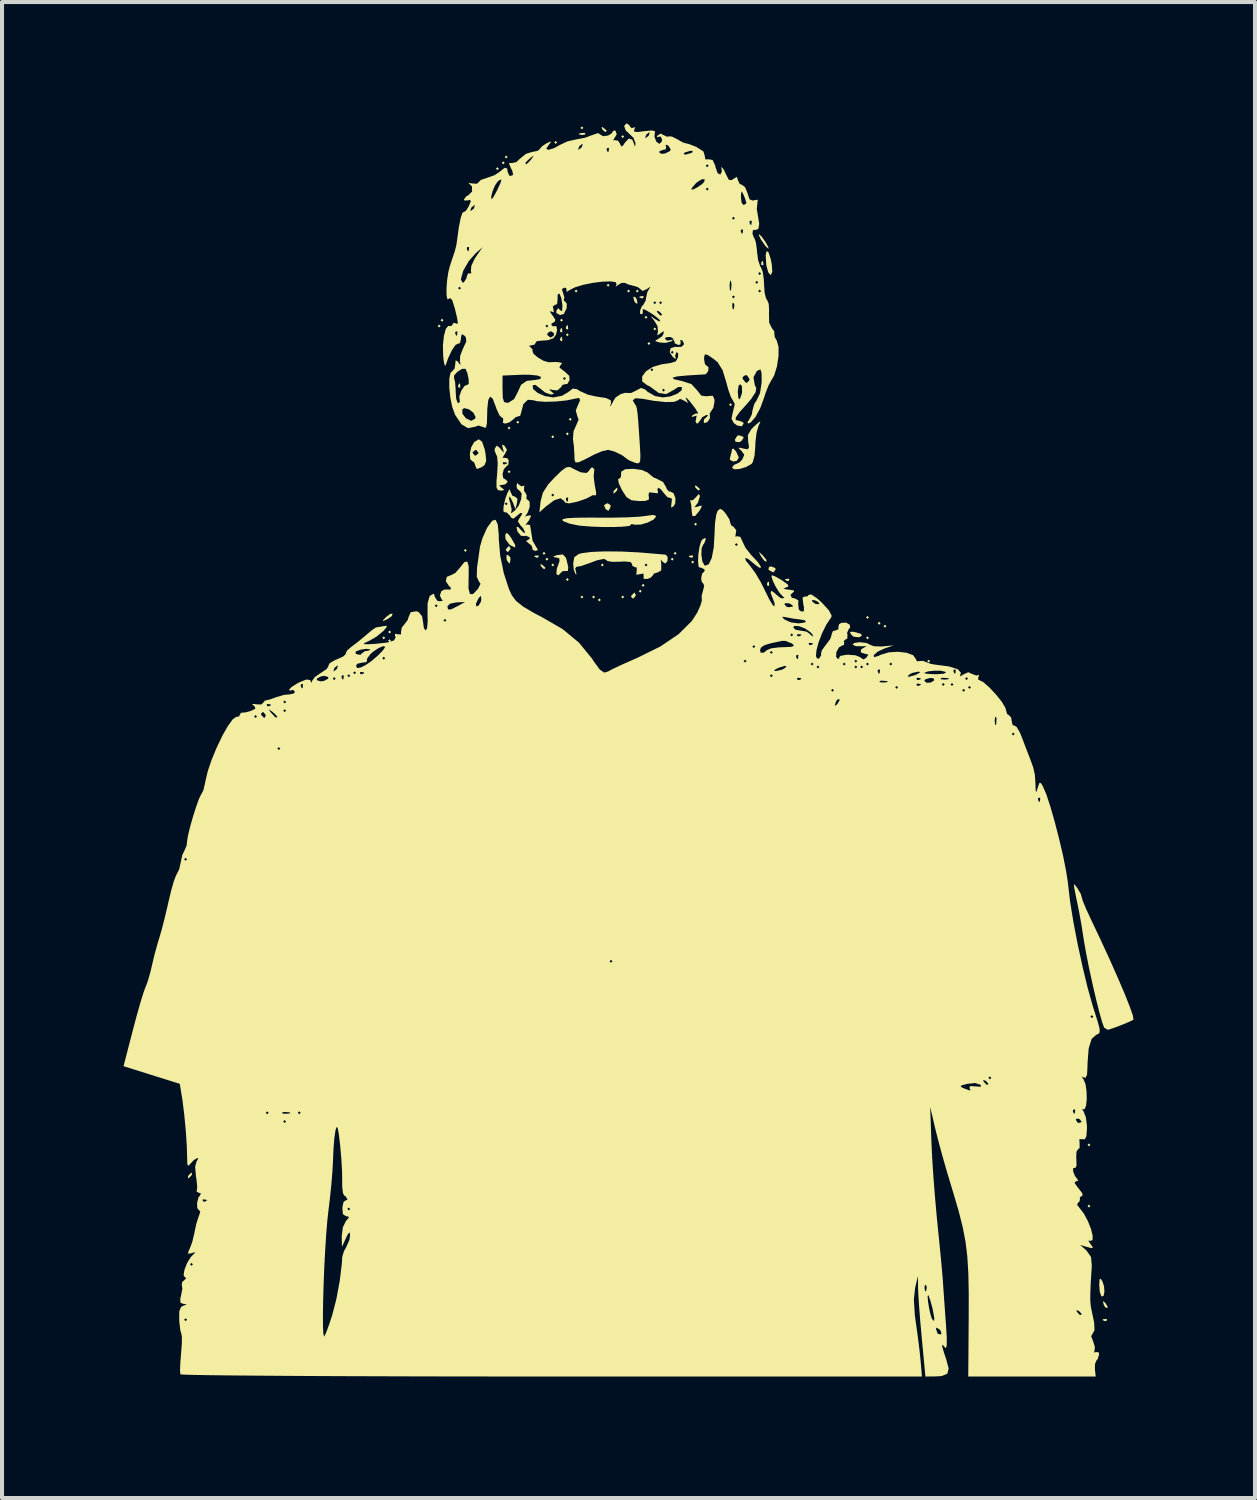
<source format=kicad_pcb>
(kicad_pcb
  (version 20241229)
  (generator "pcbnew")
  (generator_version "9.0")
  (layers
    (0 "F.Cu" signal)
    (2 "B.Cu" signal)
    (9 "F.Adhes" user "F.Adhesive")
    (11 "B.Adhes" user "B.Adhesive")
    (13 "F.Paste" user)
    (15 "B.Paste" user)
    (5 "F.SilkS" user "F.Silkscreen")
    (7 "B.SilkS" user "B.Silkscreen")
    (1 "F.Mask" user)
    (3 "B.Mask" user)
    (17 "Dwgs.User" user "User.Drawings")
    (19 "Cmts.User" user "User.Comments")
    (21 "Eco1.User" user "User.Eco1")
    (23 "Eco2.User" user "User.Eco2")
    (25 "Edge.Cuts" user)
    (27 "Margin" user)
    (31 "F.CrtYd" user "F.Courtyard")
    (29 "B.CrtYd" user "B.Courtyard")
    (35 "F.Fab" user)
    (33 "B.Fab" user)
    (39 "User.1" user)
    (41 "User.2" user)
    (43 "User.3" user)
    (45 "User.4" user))
  (footprint "b"
    (layer "F.Cu")
    (at 12.506 15.326)
    (property "Reference" "b" (at 0 0 0) (layer "F.SilkS") (effects (font (size 1.5 1.5) (thickness 0.3))))
    (attr board_only exclude_from_pos_files exclude_from_bom)
    (fp_poly (pts (xy -6.044 -2.626) (xy -6.08 -2.59) (xy -6.116 -2.626) (xy -6.08 -2.662)) (stroke (width 0) (type solid)) (fill yes) (layer "F.SilkS"))
    (fp_poly (pts (xy -5.9 -2.77) (xy -5.936 -2.734) (xy -5.972 -2.77) (xy -5.936 -2.806)) (stroke (width 0) (type solid)) (fill yes) (layer "F.SilkS"))
    (fp_poly (pts (xy -5.9 -2.554) (xy -5.936 -2.518) (xy -5.972 -2.554) (xy -5.936 -2.59)) (stroke (width 0) (type solid)) (fill yes) (layer "F.SilkS"))
    (fp_poly (pts (xy -4.677 -10.325) (xy -4.713 -10.29) (xy -4.749 -10.325) (xy -4.713 -10.361)) (stroke (width 0) (type solid)) (fill yes) (layer "F.SilkS"))
    (fp_poly (pts (xy -4.605 -10.469) (xy -4.641 -10.433) (xy -4.677 -10.469) (xy -4.641 -10.505)) (stroke (width 0) (type solid)) (fill yes) (layer "F.SilkS"))
    (fp_poly (pts (xy -4.029 -4.785) (xy -4.065 -4.749) (xy -4.101 -4.785) (xy -4.065 -4.821)) (stroke (width 0) (type solid)) (fill yes) (layer "F.SilkS"))
    (fp_poly (pts (xy -3.238 -14.211) (xy -3.274 -14.175) (xy -3.31 -14.211) (xy -3.274 -14.247)) (stroke (width 0) (type solid)) (fill yes) (layer "F.SilkS"))
    (fp_poly (pts (xy -3.094 -14.355) (xy -3.13 -14.319) (xy -3.166 -14.355) (xy -3.13 -14.391)) (stroke (width 0) (type solid)) (fill yes) (layer "F.SilkS"))
    (fp_poly (pts (xy -3.022 -14.499) (xy -3.058 -14.463) (xy -3.094 -14.499) (xy -3.058 -14.535)) (stroke (width 0) (type solid)) (fill yes) (layer "F.SilkS"))
    (fp_poly (pts (xy -2.95 -7.807) (xy -2.986 -7.771) (xy -3.022 -7.807) (xy -2.986 -7.843)) (stroke (width 0) (type solid)) (fill yes) (layer "F.SilkS"))
    (fp_poly (pts (xy -2.95 -6.728) (xy -2.986 -6.692) (xy -3.022 -6.728) (xy -2.986 -6.764)) (stroke (width 0) (type solid)) (fill yes) (layer "F.SilkS"))
    (fp_poly (pts (xy -2.734 -7.951) (xy -2.77 -7.915) (xy -2.806 -7.951) (xy -2.77 -7.987)) (stroke (width 0) (type solid)) (fill yes) (layer "F.SilkS"))
    (fp_poly (pts (xy -2.087 -4.713) (xy -2.123 -4.677) (xy -2.159 -4.713) (xy -2.123 -4.749)) (stroke (width 0) (type solid)) (fill yes) (layer "F.SilkS"))
    (fp_poly (pts (xy -2.015 -4.569) (xy -2.051 -4.533) (xy -2.087 -4.569) (xy -2.051 -4.605)) (stroke (width 0) (type solid)) (fill yes) (layer "F.SilkS"))
    (fp_poly (pts (xy -1.871 -7.591) (xy -1.907 -7.555) (xy -1.943 -7.591) (xy -1.907 -7.627)) (stroke (width 0) (type solid)) (fill yes) (layer "F.SilkS"))
    (fp_poly (pts (xy -1.871 -4.425) (xy -1.907 -4.389) (xy -1.943 -4.425) (xy -1.907 -4.461)) (stroke (width 0) (type solid)) (fill yes) (layer "F.SilkS"))
    (fp_poly (pts (xy -1.799 -14.859) (xy -1.835 -14.823) (xy -1.871 -14.859) (xy -1.835 -14.895)) (stroke (width 0) (type solid)) (fill yes) (layer "F.SilkS"))
    (fp_poly (pts (xy -1.655 -10.469) (xy -1.691 -10.433) (xy -1.727 -10.469) (xy -1.691 -10.505)) (stroke (width 0) (type solid)) (fill yes) (layer "F.SilkS"))
    (fp_poly (pts (xy -1.511 -10.11) (xy -1.547 -10.074) (xy -1.583 -10.11) (xy -1.547 -10.146)) (stroke (width 0) (type solid)) (fill yes) (layer "F.SilkS"))
    (fp_poly (pts (xy -1.511 -7.663) (xy -1.547 -7.627) (xy -1.583 -7.663) (xy -1.547 -7.699)) (stroke (width 0) (type solid)) (fill yes) (layer "F.SilkS"))
    (fp_poly (pts (xy -1.511 -4.065) (xy -1.547 -4.029) (xy -1.583 -4.065) (xy -1.547 -4.101)) (stroke (width 0) (type solid)) (fill yes) (layer "F.SilkS"))
    (fp_poly (pts (xy -1.439 -8.023) (xy -1.475 -7.987) (xy -1.511 -8.023) (xy -1.475 -8.059)) (stroke (width 0) (type solid)) (fill yes) (layer "F.SilkS"))
    (fp_poly (pts (xy -1.295 -11.189) (xy -1.331 -11.153) (xy -1.367 -11.189) (xy -1.331 -11.225)) (stroke (width 0) (type solid)) (fill yes) (layer "F.SilkS"))
    (fp_poly (pts (xy -1.151 -15.218) (xy -1.187 -15.182) (xy -1.223 -15.218) (xy -1.187 -15.254)) (stroke (width 0) (type solid)) (fill yes) (layer "F.SilkS"))
    (fp_poly (pts (xy -1.151 -3.634) (xy -1.187 -3.598) (xy -1.223 -3.634) (xy -1.187 -3.67)) (stroke (width 0) (type solid)) (fill yes) (layer "F.SilkS"))
    (fp_poly (pts (xy -0.863 -3.634) (xy -0.899 -3.598) (xy -0.935 -3.634) (xy -0.899 -3.67)) (stroke (width 0) (type solid)) (fill yes) (layer "F.SilkS"))
    (fp_poly (pts (xy -0.72 -3.562) (xy -0.756 -3.526) (xy -0.792 -3.562) (xy -0.756 -3.598)) (stroke (width 0) (type solid)) (fill yes) (layer "F.SilkS"))
    (fp_poly (pts (xy -0.648 -4.425) (xy -0.684 -4.389) (xy -0.72 -4.425) (xy -0.684 -4.461)) (stroke (width 0) (type solid)) (fill yes) (layer "F.SilkS"))
    (fp_poly (pts (xy -0.504 -11.333) (xy -0.54 -11.297) (xy -0.576 -11.333) (xy -0.54 -11.369)) (stroke (width 0) (type solid)) (fill yes) (layer "F.SilkS"))
    (fp_poly (pts (xy -0.144 -15.003) (xy -0.18 -14.967) (xy -0.216 -15.003) (xy -0.18 -15.039)) (stroke (width 0) (type solid)) (fill yes) (layer "F.SilkS"))
    (fp_poly (pts (xy -0.144 -3.634) (xy -0.18 -3.598) (xy -0.216 -3.634) (xy -0.18 -3.67)) (stroke (width 0) (type solid)) (fill yes) (layer "F.SilkS"))
    (fp_poly (pts (xy 0 -11.189) (xy -0.036 -11.153) (xy -0.072 -11.189) (xy -0.036 -11.225)) (stroke (width 0) (type solid)) (fill yes) (layer "F.SilkS"))
    (fp_poly (pts (xy 0.216 -11.189) (xy 0.18 -11.153) (xy 0.144 -11.189) (xy 0.18 -11.225)) (stroke (width 0) (type solid)) (fill yes) (layer "F.SilkS"))
    (fp_poly (pts (xy 0.288 -3.778) (xy 0.252 -3.742) (xy 0.216 -3.778) (xy 0.252 -3.814)) (stroke (width 0) (type solid)) (fill yes) (layer "F.SilkS"))
    (fp_poly (pts (xy 0.36 -3.922) (xy 0.324 -3.886) (xy 0.288 -3.922) (xy 0.324 -3.958)) (stroke (width 0) (type solid)) (fill yes) (layer "F.SilkS"))
    (fp_poly (pts (xy 0.432 -10.541) (xy 0.396 -10.505) (xy 0.36 -10.541) (xy 0.396 -10.577)) (stroke (width 0) (type solid)) (fill yes) (layer "F.SilkS"))
    (fp_poly (pts (xy 0.504 -9.894) (xy 0.468 -9.858) (xy 0.432 -9.894) (xy 0.468 -9.93)) (stroke (width 0) (type solid)) (fill yes) (layer "F.SilkS"))
    (fp_poly (pts (xy 0.648 -10.254) (xy 0.612 -10.218) (xy 0.576 -10.254) (xy 0.612 -10.29)) (stroke (width 0) (type solid)) (fill yes) (layer "F.SilkS"))
    (fp_poly (pts (xy 1.079 -4.569) (xy 1.043 -4.533) (xy 1.007 -4.569) (xy 1.043 -4.605)) (stroke (width 0) (type solid)) (fill yes) (layer "F.SilkS"))
    (fp_poly (pts (xy 1.151 -4.713) (xy 1.115 -4.677) (xy 1.079 -4.713) (xy 1.115 -4.749)) (stroke (width 0) (type solid)) (fill yes) (layer "F.SilkS"))
    (fp_poly (pts (xy 1.583 -4.497) (xy 1.547 -4.461) (xy 1.511 -4.497) (xy 1.547 -4.533)) (stroke (width 0) (type solid)) (fill yes) (layer "F.SilkS"))
    (fp_poly (pts (xy 1.655 -5.433) (xy 1.619 -5.397) (xy 1.583 -5.433) (xy 1.619 -5.469)) (stroke (width 0) (type solid)) (fill yes) (layer "F.SilkS"))
    (fp_poly (pts (xy 2.518 -8.383) (xy 2.482 -8.347) (xy 2.446 -8.383) (xy 2.482 -8.419)) (stroke (width 0) (type solid)) (fill yes) (layer "F.SilkS"))
    (fp_poly (pts (xy 5.9 -3.13) (xy 5.864 -3.094) (xy 5.828 -3.13) (xy 5.864 -3.166)) (stroke (width 0) (type solid)) (fill yes) (layer "F.SilkS"))
    (fp_poly (pts (xy 5.9 -2.626) (xy 5.864 -2.59) (xy 5.828 -2.626) (xy 5.864 -2.662)) (stroke (width 0) (type solid)) (fill yes) (layer "F.SilkS"))
    (fp_poly (pts (xy 6.188 -2.986) (xy 6.152 -2.95) (xy 6.116 -2.986) (xy 6.152 -3.022)) (stroke (width 0) (type solid)) (fill yes) (layer "F.SilkS"))
    (fp_poly (pts (xy 6.332 -2.914) (xy 6.296 -2.878) (xy 6.26 -2.914) (xy 6.296 -2.95)) (stroke (width 0) (type solid)) (fill yes) (layer "F.SilkS"))
    (fp_poly (pts (xy 7.411 -2.051) (xy 7.375 -2.015) (xy 7.339 -2.051) (xy 7.375 -2.087)) (stroke (width 0) (type solid)) (fill yes) (layer "F.SilkS"))
    (fp_poly (pts (xy 11.369 9.894) (xy 11.333 9.93) (xy 11.297 9.894) (xy 11.333 9.858)) (stroke (width 0) (type solid)) (fill yes) (layer "F.SilkS"))
    (fp_poly (pts (xy 11.369 11.405) (xy 11.333 11.441) (xy 11.297 11.405) (xy 11.333 11.369)) (stroke (width 0) (type solid)) (fill yes) (layer "F.SilkS"))
    (fp_poly (pts (xy -4.197 -8.898) (xy -4.189 -8.813) (xy -4.197 -8.802) (xy -4.24 -8.812) (xy -4.245 -8.85) (xy -4.219 -8.91)) (stroke (width 0) (type solid)) (fill yes) (layer "F.SilkS"))
    (fp_poly (pts (xy -2.255 -4.653) (xy -2.264 -4.61) (xy -2.303 -4.605) (xy -2.362 -4.631) (xy -2.351 -4.653) (xy -2.265 -4.662)) (stroke (width 0) (type solid)) (fill yes) (layer "F.SilkS"))
    (fp_poly (pts (xy -1.679 -10.266) (xy -1.67 -10.18) (xy -1.679 -10.17) (xy -1.722 -10.179) (xy -1.727 -10.218) (xy -1.701 -10.277)) (stroke (width 0) (type solid)) (fill yes) (layer "F.SilkS"))
    (fp_poly (pts (xy -1.679 -10.05) (xy -1.67 -9.964) (xy -1.679 -9.954) (xy -1.722 -9.964) (xy -1.727 -10.002) (xy -1.701 -10.061)) (stroke (width 0) (type solid)) (fill yes) (layer "F.SilkS"))
    (fp_poly (pts (xy -1.535 -10.337) (xy -1.526 -10.252) (xy -1.535 -10.242) (xy -1.578 -10.251) (xy -1.583 -10.29) (xy -1.557 -10.349)) (stroke (width 0) (type solid)) (fill yes) (layer "F.SilkS"))
    (fp_poly (pts (xy -1.099 -15.082) (xy -1.12 -15.049) (xy -1.193 -15.044) (xy -1.27 -15.062) (xy -1.237 -15.088) (xy -1.124 -15.096)) (stroke (width 0) (type solid)) (fill yes) (layer "F.SilkS"))
    (fp_poly (pts (xy 0.336 -11.057) (xy 0.326 -11.014) (xy 0.288 -11.009) (xy 0.229 -11.035) (xy 0.24 -11.057) (xy 0.325 -11.066)) (stroke (width 0) (type solid)) (fill yes) (layer "F.SilkS"))
    (fp_poly (pts (xy 1.559 -4.653) (xy 1.549 -4.61) (xy 1.511 -4.605) (xy 1.452 -4.631) (xy 1.463 -4.653) (xy 1.548 -4.662)) (stroke (width 0) (type solid)) (fill yes) (layer "F.SilkS"))
    (fp_poly (pts (xy 3.286 -11.92) (xy 3.295 -11.835) (xy 3.286 -11.825) (xy 3.243 -11.834) (xy 3.238 -11.873) (xy 3.264 -11.932)) (stroke (width 0) (type solid)) (fill yes) (layer "F.SilkS"))
    (fp_poly (pts (xy 3.43 -4.005) (xy 3.438 -3.92) (xy 3.43 -3.91) (xy 3.387 -3.919) (xy 3.382 -3.958) (xy 3.408 -4.017)) (stroke (width 0) (type solid)) (fill yes) (layer "F.SilkS"))
    (fp_poly (pts (xy 3.934 -4.077) (xy 3.924 -4.035) (xy 3.886 -4.029) (xy 3.826 -4.056) (xy 3.838 -4.077) (xy 3.923 -4.086)) (stroke (width 0) (type solid)) (fill yes) (layer "F.SilkS"))
    (fp_poly (pts (xy 11.777 14.199) (xy 11.767 14.242) (xy 11.729 14.247) (xy 11.669 14.221) (xy 11.681 14.199) (xy 11.766 14.19)) (stroke (width 0) (type solid)) (fill yes) (layer "F.SilkS"))
    (fp_poly (pts (xy -5.882 -3.162) (xy -5.984 -3.091) (xy -6.098 -3.037) (xy -6.097 -3.061) (xy -6.028 -3.135) (xy -5.92 -3.218) (xy -5.86 -3.222)) (stroke (width 0) (type solid)) (fill yes) (layer "F.SilkS"))
    (fp_poly (pts (xy -2.17 -4.432) (xy -2.093 -4.365) (xy -2.087 -4.349) (xy -2.121 -4.319) (xy -2.192 -4.386) (xy -2.201 -4.4) (xy -2.21 -4.45)) (stroke (width 0) (type solid)) (fill yes) (layer "F.SilkS"))
    (fp_poly (pts (xy -0.659 -15.225) (xy -0.582 -15.158) (xy -0.576 -15.142) (xy -0.61 -15.113) (xy -0.681 -15.179) (xy -0.69 -15.194) (xy -0.699 -15.243)) (stroke (width 0) (type solid)) (fill yes) (layer "F.SilkS"))
    (fp_poly (pts (xy 0.142 -11.029) (xy 0.169 -10.976) (xy 0.187 -10.875) (xy 0.139 -10.894) (xy 0.105 -10.942) (xy 0.083 -11.036) (xy 0.092 -11.053)) (stroke (width 0) (type solid)) (fill yes) (layer "F.SilkS"))
    (fp_poly (pts (xy 1.644 -6.375) (xy 1.72 -6.308) (xy 1.727 -6.292) (xy 1.693 -6.262) (xy 1.622 -6.328) (xy 1.612 -6.343) (xy 1.604 -6.392)) (stroke (width 0) (type solid)) (fill yes) (layer "F.SilkS"))
    (fp_poly (pts (xy 3.207 -4.729) (xy 3.28 -4.661) (xy 3.365 -4.556) (xy 3.375 -4.502) (xy 3.318 -4.529) (xy 3.245 -4.626) (xy 3.184 -4.734)) (stroke (width 0) (type solid)) (fill yes) (layer "F.SilkS"))
    (fp_poly (pts (xy 11.728 13.787) (xy 11.738 13.796) (xy 11.794 13.89) (xy 11.787 13.925) (xy 11.733 13.904) (xy 11.697 13.836) (xy 11.675 13.752)) (stroke (width 0) (type solid)) (fill yes) (layer "F.SilkS"))
    (fp_poly (pts (xy -10.816 10.624) (xy -10.829 10.649) (xy -10.897 10.718) (xy -10.91 10.721) (xy -10.915 10.675) (xy -10.901 10.649) (xy -10.833 10.581) (xy -10.821 10.577)) (stroke (width 0) (type solid)) (fill yes) (layer "F.SilkS"))
    (fp_poly (pts (xy -2.958 -4.619) (xy -2.95 -4.569) (xy -2.966 -4.473) (xy -2.978 -4.461) (xy -3.025 -4.517) (xy -3.048 -4.569) (xy -3.05 -4.662) (xy -3.02 -4.677)) (stroke (width 0) (type solid)) (fill yes) (layer "F.SilkS"))
    (fp_poly (pts (xy -2.951 -4.837) (xy -2.95 -4.821) (xy -3.005 -4.752) (xy -3.026 -4.749) (xy -3.069 -4.793) (xy -3.058 -4.821) (xy -2.993 -4.89) (xy -2.982 -4.893)) (stroke (width 0) (type solid)) (fill yes) (layer "F.SilkS"))
    (fp_poly (pts (xy -0.477 -5.898) (xy -0.482 -5.852) (xy -0.529 -5.764) (xy -0.587 -5.792) (xy -0.6 -5.804) (xy -0.644 -5.902) (xy -0.562 -5.948) (xy -0.547 -5.948)) (stroke (width 0) (type solid)) (fill yes) (layer "F.SilkS"))
    (fp_poly (pts (xy -0.31 -6.286) (xy -0.324 -6.26) (xy -0.392 -6.191) (xy -0.404 -6.188) (xy -0.409 -6.235) (xy -0.396 -6.26) (xy -0.328 -6.329) (xy -0.315 -6.332)) (stroke (width 0) (type solid)) (fill yes) (layer "F.SilkS"))
    (fp_poly (pts (xy 0.143 -3.686) (xy 0.144 -3.67) (xy 0.089 -3.6) (xy 0.068 -3.598) (xy 0.025 -3.642) (xy 0.036 -3.67) (xy 0.101 -3.738) (xy 0.112 -3.742)) (stroke (width 0) (type solid)) (fill yes) (layer "F.SilkS"))
    (fp_poly (pts (xy 2.794 -7.592) (xy 2.806 -7.563) (xy 2.749 -7.484) (xy 2.698 -7.457) (xy 2.605 -7.468) (xy 2.59 -7.522) (xy 2.648 -7.615) (xy 2.698 -7.627)) (stroke (width 0) (type solid)) (fill yes) (layer "F.SilkS"))
    (fp_poly (pts (xy 3.584 -4.352) (xy 3.598 -4.317) (xy 3.546 -4.247) (xy 3.53 -4.245) (xy 3.433 -4.298) (xy 3.418 -4.317) (xy 3.434 -4.379) (xy 3.486 -4.389)) (stroke (width 0) (type solid)) (fill yes) (layer "F.SilkS"))
    (fp_poly (pts (xy 5.544 -2.77) (xy 5.705 -2.724) (xy 5.725 -2.676) (xy 5.657 -2.64) (xy 5.527 -2.653) (xy 5.467 -2.7) (xy 5.428 -2.771) (xy 5.504 -2.777)) (stroke (width 0) (type solid)) (fill yes) (layer "F.SilkS"))
    (fp_poly (pts (xy -2.995 -5.179) (xy -2.926 -5.081) (xy -2.833 -4.916) (xy -2.836 -4.856) (xy -2.936 -4.902) (xy -2.975 -4.929) (xy -3.07 -5.057) (xy -3.082 -5.154) (xy -3.053 -5.221)) (stroke (width 0) (type solid)) (fill yes) (layer "F.SilkS"))
    (fp_poly (pts (xy 2.62 -7.228) (xy 2.689 -7.078) (xy 2.635 -6.994) (xy 2.542 -6.98) (xy 2.465 -7.024) (xy 2.475 -7.093) (xy 2.514 -7.24) (xy 2.518 -7.287) (xy 2.552 -7.3)) (stroke (width 0) (type solid)) (fill yes) (layer "F.SilkS"))
    (fp_poly (pts (xy 3.247 -12.539) (xy 3.339 -12.412) (xy 3.415 -12.279) (xy 3.42 -12.231) (xy 3.357 -12.289) (xy 3.33 -12.322) (xy 3.228 -12.471) (xy 3.181 -12.571) (xy 3.189 -12.592)) (stroke (width 0) (type solid)) (fill yes) (layer "F.SilkS"))
    (fp_poly (pts (xy 11.664 13.26) (xy 11.706 13.385) (xy 11.715 13.523) (xy 11.694 13.623) (xy 11.646 13.637) (xy 11.639 13.63) (xy 11.601 13.525) (xy 11.587 13.354) (xy 11.595 13.213) (xy 11.624 13.201)) (stroke (width 0) (type solid)) (fill yes) (layer "F.SilkS"))
    (fp_poly (pts (xy 3.422 -12.143) (xy 3.477 -11.976) (xy 3.502 -11.845) (xy 3.514 -11.664) (xy 3.479 -11.586) (xy 3.471 -11.585) (xy 3.416 -11.648) (xy 3.371 -11.806) (xy 3.364 -11.855) (xy 3.351 -12.083) (xy 3.375 -12.179)) (stroke (width 0) (type solid)) (fill yes) (layer "F.SilkS"))
    (fp_poly (pts (xy -1.582 -4.602) (xy -1.572 -4.573) (xy -1.524 -4.372) (xy -1.534 -4.275) (xy -1.578 -4.278) (xy -1.67 -4.269) (xy -1.69 -4.247) (xy -1.772 -4.168) (xy -1.819 -4.206) (xy -1.806 -4.333) (xy -1.797 -4.358) (xy -1.74 -4.52) (xy -1.745 -4.59) (xy -1.82 -4.61) (xy -1.853 -4.612) (xy -1.899 -4.63) (xy -1.808 -4.668) (xy -1.799 -4.67) (xy -1.655 -4.685)) (stroke (width 0) (type solid)) (fill yes) (layer "F.SilkS"))
    (fp_poly (pts (xy 1.723 -6.14) (xy 1.725 -6.113) (xy 1.679 -5.966) (xy 1.637 -5.91) (xy 1.59 -5.849) (xy 1.661 -5.863) (xy 1.68 -5.87) (xy 1.769 -5.894) (xy 1.761 -5.841) (xy 1.717 -5.767) (xy 1.611 -5.636) (xy 1.543 -5.632) (xy 1.525 -5.738) (xy 1.511 -5.913) (xy 1.496 -5.972) (xy 1.483 -6.036) (xy 1.494 -6.022) (xy 1.554 -6.025) (xy 1.624 -6.094) (xy 1.699 -6.176)) (stroke (width 0) (type solid)) (fill yes) (layer "F.SilkS"))
    (fp_poly (pts (xy -3.652 -7.47) (xy -3.587 -7.279) (xy -3.568 -7.181) (xy -3.55 -6.994) (xy -3.593 -6.889) (xy -3.667 -6.837) (xy -3.779 -6.795) (xy -3.813 -6.85) (xy -3.814 -6.869) (xy -3.852 -6.967) (xy -3.886 -6.98) (xy -3.945 -7.037) (xy -3.955 -7.173) (xy -3.95 -7.195) (xy -3.886 -7.195) (xy -3.831 -7.126) (xy -3.814 -7.124) (xy -3.744 -7.178) (xy -3.742 -7.195) (xy -3.796 -7.265) (xy -3.814 -7.267) (xy -3.883 -7.213) (xy -3.886 -7.195) (xy -3.95 -7.195) (xy -3.92 -7.333) (xy -3.846 -7.461) (xy -3.845 -7.462) (xy -3.735 -7.528)) (stroke (width 0) (type solid)) (fill yes) (layer "F.SilkS"))
    (fp_poly (pts (xy 0.647 -5.63) (xy 0.648 -5.627) (xy 0.586 -5.549) (xy 0.439 -5.473) (xy 0.265 -5.423) (xy 0.121 -5.419) (xy 0.105 -5.424) (xy 0.026 -5.436) (xy 0.025 -5.414) (xy -0.022 -5.388) (xy -0.179 -5.371) (xy -0.412 -5.362) (xy -0.685 -5.363) (xy -0.966 -5.374) (xy -1.22 -5.394) (xy -1.279 -5.402) (xy -1.488 -5.445) (xy -1.64 -5.504) (xy -1.666 -5.523) (xy -1.66 -5.557) (xy -1.554 -5.58) (xy -1.334 -5.592) (xy -0.99 -5.595) (xy -0.783 -5.594) (xy -0.403 -5.594) (xy -0.056 -5.602) (xy 0.224 -5.617) (xy 0.4 -5.637) (xy 0.414 -5.64) (xy 0.58 -5.662)) (stroke (width 0) (type solid)) (fill yes) (layer "F.SilkS"))
    (fp_poly (pts (xy 3.186 -7.886) (xy 3.176 -7.866) (xy 3.127 -7.7) (xy 3.098 -7.464) (xy 3.094 -7.353) (xy 3.077 -7.128) (xy 3.032 -6.964) (xy 3.004 -6.922) (xy 2.866 -6.844) (xy 2.704 -6.795) (xy 2.571 -6.788) (xy 2.518 -6.828) (xy 2.574 -6.903) (xy 2.6 -6.908) (xy 2.706 -6.96) (xy 2.773 -7.031) (xy 2.823 -7.147) (xy 2.752 -7.245) (xy 2.745 -7.251) (xy 2.674 -7.317) (xy 2.722 -7.319) (xy 2.796 -7.3) (xy 2.911 -7.281) (xy 2.94 -7.339) (xy 2.919 -7.461) (xy 2.911 -7.632) (xy 2.995 -7.776) (xy 3.065 -7.846) (xy 3.187 -7.955) (xy 3.222 -7.967)) (stroke (width 0) (type solid)) (fill yes) (layer "F.SilkS"))
    (fp_poly (pts (xy 11.008 3.502) (xy 11.049 3.558) (xy 11.13 3.695) (xy 11.153 3.772) (xy 11.182 3.872) (xy 11.259 4.058) (xy 11.361 4.28) (xy 11.616 4.818) (xy 11.848 5.322) (xy 12.05 5.777) (xy 12.217 6.168) (xy 12.34 6.478) (xy 12.415 6.693) (xy 12.434 6.798) (xy 12.431 6.803) (xy 12.346 6.847) (xy 12.183 6.916) (xy 11.998 6.988) (xy 11.849 7.039) (xy 11.796 7.052) (xy 11.71 7) (xy 11.708 6.998) (xy 11.657 6.858) (xy 11.587 6.609) (xy 11.505 6.283) (xy 11.419 5.91) (xy 11.335 5.524) (xy 11.262 5.155) (xy 11.206 4.836) (xy 11.187 4.713) (xy 11.148 4.46) (xy 11.095 4.167) (xy 11.075 4.065) (xy 11.011 3.755) (xy 10.974 3.566) (xy 10.962 3.474) (xy 10.973 3.46)) (stroke (width 0) (type solid)) (fill yes) (layer "F.SilkS"))
    (fp_poly (pts (xy 0.291 -6.771) (xy 0.439 -6.707) (xy 0.458 -6.688) (xy 0.585 -6.585) (xy 0.648 -6.561) (xy 0.817 -6.474) (xy 0.901 -6.33) (xy 0.903 -6.31) (xy 0.958 -6.241) (xy 0.988 -6.241) (xy 1.074 -6.2) (xy 1.122 -6.08) (xy 1.117 -5.944) (xy 1.077 -5.875) (xy 1.017 -5.841) (xy 1.02 -5.922) (xy 1.027 -5.954) (xy 1.035 -6.063) (xy 1.003 -6.077) (xy 0.923 -6.1) (xy 0.849 -6.185) (xy 0.756 -6.299) (xy 0.698 -6.332) (xy 0.674 -6.286) (xy 0.691 -6.249) (xy 0.688 -6.195) (xy 0.584 -6.207) (xy 0.47 -6.218) (xy 0.459 -6.146) (xy 0.465 -6.123) (xy 0.468 -6.042) (xy 0.386 -6.008) (xy 0.226 -6.003) (xy 0.037 -6.023) (xy -0.084 -6.1) (xy -0.196 -6.271) (xy -0.2 -6.278) (xy -0.276 -6.441) (xy -0.294 -6.537) (xy -0.282 -6.548) (xy -0.224 -6.591) (xy -0.224 -6.602) (xy -0.216 -6.729) (xy -0.119 -6.789) (xy 0.08 -6.8)) (stroke (width 0) (type solid)) (fill yes) (layer "F.SilkS"))
    (fp_poly (pts (xy -3.111 -7.377) (xy -3.093 -7.36) (xy -3.037 -7.27) (xy -3.091 -7.161) (xy -3.101 -7.149) (xy -3.149 -7.072) (xy -3.12 -7.073) (xy -3.029 -7.062) (xy -2.995 -7.012) (xy -3.004 -6.9) (xy -3.044 -6.867) (xy -3.116 -6.789) (xy -3.147 -6.668) (xy -3.129 -6.569) (xy -3.09 -6.548) (xy -3.024 -6.493) (xy -3.022 -6.476) (xy -3.082 -6.414) (xy -3.148 -6.403) (xy -3.231 -6.391) (xy -3.18 -6.341) (xy -3.166 -6.332) (xy -3.102 -6.277) (xy -3.172 -6.261) (xy -3.19 -6.261) (xy -3.262 -6.275) (xy -3.296 -6.342) (xy -3.296 -6.493) (xy -3.279 -6.687) (xy -3.266 -6.934) (xy -3.268 -6.956) (xy -3.142 -6.956) (xy -3.132 -6.913) (xy -3.094 -6.908) (xy -3.035 -6.934) (xy -3.046 -6.956) (xy -3.131 -6.964) (xy -3.142 -6.956) (xy -3.268 -6.956) (xy -3.281 -7.104) (xy -3.306 -7.157) (xy -3.345 -7.251) (xy -3.334 -7.308) (xy -3.289 -7.373) (xy -3.221 -7.322) (xy -3.193 -7.288) (xy -3.122 -7.202) (xy -3.12 -7.238) (xy -3.14 -7.303) (xy -3.161 -7.399)) (stroke (width 0) (type solid)) (fill yes) (layer "F.SilkS"))
    (fp_poly (pts (xy -1.39 -6.797) (xy -1.388 -6.796) (xy -1.213 -6.712) (xy -1.072 -6.697) (xy -1.008 -6.754) (xy -1.007 -6.764) (xy -0.952 -6.832) (xy -0.928 -6.836) (xy -0.878 -6.784) (xy -0.886 -6.736) (xy -0.896 -6.605) (xy -0.872 -6.408) (xy -0.864 -6.371) (xy -0.836 -6.212) (xy -0.838 -6.143) (xy -0.845 -6.146) (xy -0.928 -6.146) (xy -0.965 -6.123) (xy -1.082 -6.063) (xy -1.272 -5.997) (xy -1.317 -5.984) (xy -1.505 -5.945) (xy -1.6 -5.964) (xy -1.629 -6.008) (xy -1.678 -6.044) (xy -1.583 -6.044) (xy -1.557 -5.985) (xy -1.535 -5.996) (xy -1.526 -6.082) (xy -1.535 -6.092) (xy -1.578 -6.082) (xy -1.583 -6.044) (xy -1.678 -6.044) (xy -1.715 -6.072) (xy -1.869 -6.024) (xy -2.072 -5.874) (xy -2.237 -5.725) (xy -2.207 -5.997) (xy -2.166 -6.152) (xy -1.943 -6.152) (xy -1.907 -6.116) (xy -1.871 -6.152) (xy -1.907 -6.188) (xy -1.943 -6.152) (xy -2.166 -6.152) (xy -2.151 -6.21) (xy -2.015 -6.42) (xy -1.862 -6.585) (xy -1.685 -6.756) (xy -1.571 -6.837) (xy -1.484 -6.846)) (stroke (width 0) (type solid)) (fill yes) (layer "F.SilkS"))
    (fp_poly (pts (xy -0.208 -4.757) (xy 0.228 -4.735) (xy 0.396 -4.721) (xy 0.634 -4.701) (xy 0.813 -4.686) (xy 0.881 -4.68) (xy 0.93 -4.624) (xy 0.926 -4.523) (xy 0.875 -4.462) (xy 0.869 -4.461) (xy 0.788 -4.518) (xy 0.772 -4.551) (xy 0.76 -4.558) (xy 0.772 -4.449) (xy 0.772 -4.443) (xy 0.772 -4.293) (xy 0.698 -4.246) (xy 0.689 -4.245) (xy 0.59 -4.212) (xy 0.576 -4.182) (xy 0.516 -4.114) (xy 0.437 -4.082) (xy 0.337 -4.081) (xy 0.337 -4.146) (xy 0.334 -4.214) (xy 0.247 -4.198) (xy 0.156 -4.184) (xy 0.164 -4.266) (xy 0.165 -4.268) (xy 0.168 -4.362) (xy 0.123 -4.37) (xy 0.054 -4.407) (xy 0.054 -4.425) (xy 0.36 -4.425) (xy 0.396 -4.389) (xy 0.432 -4.425) (xy 0.396 -4.461) (xy 0.36 -4.425) (xy 0.054 -4.425) (xy 0.054 -4.442) (xy 0.016 -4.498) (xy -0.139 -4.512) (xy -0.252 -4.506) (xy -0.445 -4.503) (xy -0.56 -4.523) (xy -0.576 -4.539) (xy -0.636 -4.576) (xy -0.806 -4.543) (xy -1.043 -4.456) (xy -1.211 -4.398) (xy -1.32 -4.38) (xy -1.322 -4.381) (xy -1.353 -4.339) (xy -1.336 -4.268) (xy -1.32 -4.19) (xy -1.345 -4.2) (xy -1.388 -4.308) (xy -1.403 -4.462) (xy -1.376 -4.616) (xy -1.266 -4.695) (xy -1.187 -4.717) (xy -0.953 -4.747) (xy -0.614 -4.761)) (stroke (width 0) (type solid)) (fill yes) (layer "F.SilkS"))
    (fp_poly (pts (xy -2.758 -6.422) (xy -2.682 -6.367) (xy -2.645 -6.379) (xy -2.602 -6.38) (xy -2.616 -6.348) (xy -2.615 -6.248) (xy -2.59 -6.224) (xy -2.548 -6.138) (xy -2.557 -6.111) (xy -2.554 -6.048) (xy -2.535 -6.044) (xy -2.478 -5.988) (xy -2.476 -5.859) (xy -2.526 -5.718) (xy -2.546 -5.689) (xy -2.59 -5.618) (xy -2.536 -5.639) (xy -2.457 -5.654) (xy -2.446 -5.631) (xy -2.49 -5.531) (xy -2.536 -5.472) (xy -2.584 -5.408) (xy -2.541 -5.424) (xy -2.469 -5.412) (xy -2.456 -5.344) (xy -2.406 -5.027) (xy -2.319 -4.876) (xy -2.272 -4.793) (xy -2.337 -4.773) (xy -2.41 -4.802) (xy -2.406 -4.829) (xy -2.43 -4.904) (xy -2.499 -4.958) (xy -2.568 -5.018) (xy -2.532 -5.035) (xy -2.473 -5.077) (xy -2.483 -5.11) (xy -2.573 -5.149) (xy -2.603 -5.137) (xy -2.694 -5.148) (xy -2.776 -5.247) (xy -2.803 -5.361) (xy -2.767 -5.368) (xy -2.696 -5.293) (xy -2.618 -5.215) (xy -2.59 -5.23) (xy -2.64 -5.336) (xy -2.701 -5.399) (xy -2.769 -5.503) (xy -2.737 -5.566) (xy -2.669 -5.673) (xy -2.662 -5.704) (xy -2.704 -5.71) (xy -2.782 -5.647) (xy -2.878 -5.568) (xy -2.937 -5.596) (xy -2.966 -5.644) (xy -3.046 -5.724) (xy -3.088 -5.724) (xy -3.125 -5.749) (xy -3.122 -5.87) (xy -3.107 -5.936) (xy -3.094 -5.936) (xy -3.058 -5.9) (xy -3.022 -5.936) (xy -3.058 -5.972) (xy -3.094 -5.936) (xy -3.107 -5.936) (xy -3.083 -6.045) (xy -3.033 -6.188) (xy -2.979 -6.293) (xy -2.956 -6.263) (xy -2.955 -6.242) (xy -2.903 -6.135) (xy -2.849 -6.116) (xy -2.779 -6.065) (xy -2.789 -5.96) (xy -2.83 -5.803) (xy -2.888 -5.96) (xy -2.946 -6.081) (xy -2.982 -6.116) (xy -2.987 -6.059) (xy -2.953 -5.944) (xy -2.921 -5.792) (xy -2.937 -5.711) (xy -2.928 -5.704) (xy -2.84 -5.772) (xy -2.745 -5.896) (xy -2.687 -6.051) (xy -2.675 -6.189) (xy -2.722 -6.259) (xy -2.735 -6.26) (xy -2.793 -6.319) (xy -2.801 -6.386) (xy -2.782 -6.454)) (stroke (width 0) (type solid)) (fill yes) (layer "F.SilkS"))
    (fp_poly (pts (xy -0.003 -15.271) (xy 0 -15.25) (xy 0.045 -15.21) (xy 0.083 -15.225) (xy 0.132 -15.234) (xy 0.108 -15.183) (xy 0.1 -15.128) (xy 0.187 -15.116) (xy 0.354 -15.137) (xy 0.54 -15.155) (xy 0.619 -15.135) (xy 0.617 -15.119) (xy 0.603 -15.002) (xy 0.651 -14.878) (xy 0.727 -14.823) (xy 0.784 -14.881) (xy 0.792 -14.935) (xy 0.754 -15.008) (xy 0.708 -14.996) (xy 0.659 -14.987) (xy 0.679 -15.031) (xy 0.761 -15.078) (xy 0.823 -15.043) (xy 0.922 -14.998) (xy 0.954 -15.009) (xy 1.036 -15.004) (xy 1.163 -14.94) (xy 1.297 -14.863) (xy 1.367 -14.84) (xy 1.45 -14.821) (xy 1.609 -14.76) (xy 1.64 -14.747) (xy 1.814 -14.636) (xy 1.847 -14.526) (xy 1.86 -14.44) (xy 1.942 -14.442) (xy 2.04 -14.426) (xy 2.101 -14.298) (xy 2.112 -14.248) (xy 2.163 -14.104) (xy 2.226 -14.065) (xy 2.231 -14.067) (xy 2.273 -14.154) (xy 2.263 -14.18) (xy 2.253 -14.243) (xy 2.264 -14.247) (xy 2.317 -14.188) (xy 2.377 -14.059) (xy 2.442 -13.934) (xy 2.514 -13.93) (xy 2.556 -13.96) (xy 2.64 -14.009) (xy 2.662 -13.941) (xy 2.662 -13.932) (xy 2.712 -13.831) (xy 2.761 -13.815) (xy 2.843 -13.753) (xy 2.903 -13.603) (xy 2.903 -13.601) (xy 2.953 -13.453) (xy 3.035 -13.423) (xy 3.068 -13.433) (xy 3.156 -13.444) (xy 3.146 -13.364) (xy 3.132 -13.212) (xy 3.159 -13.046) (xy 3.191 -12.853) (xy 3.171 -12.725) (xy 3.105 -12.695) (xy 3.088 -12.704) (xy 3.035 -12.69) (xy 3.025 -12.603) (xy 3.062 -12.505) (xy 3.073 -12.494) (xy 3.108 -12.395) (xy 3.134 -12.212) (xy 3.138 -12.15) (xy 3.166 -11.945) (xy 3.216 -11.799) (xy 3.232 -11.778) (xy 3.278 -11.664) (xy 3.306 -11.464) (xy 3.31 -11.359) (xy 3.325 -11.148) (xy 3.361 -11.003) (xy 3.385 -10.971) (xy 3.426 -10.876) (xy 3.436 -10.698) (xy 3.432 -10.643) (xy 3.437 -10.408) (xy 3.5 -10.281) (xy 3.566 -10.187) (xy 3.563 -10.148) (xy 3.574 -10.055) (xy 3.624 -9.966) (xy 3.669 -9.814) (xy 3.668 -9.582) (xy 3.629 -9.327) (xy 3.559 -9.102) (xy 3.496 -8.994) (xy 3.422 -8.861) (xy 3.342 -8.653) (xy 3.315 -8.567) (xy 3.217 -8.298) (xy 3.098 -8.078) (xy 2.98 -7.943) (xy 2.918 -7.917) (xy 2.9 -7.954) (xy 2.936 -8.001) (xy 3.009 -8.143) (xy 3.022 -8.23) (xy 3.069 -8.401) (xy 3.124 -8.485) (xy 3.211 -8.666) (xy 3.252 -8.938) (xy 3.249 -9.165) (xy 3.222 -9.256) (xy 3.142 -9.22) (xy 3.132 -9.212) (xy 3.049 -9.059) (xy 3.084 -8.86) (xy 3.117 -8.798) (xy 3.103 -8.693) (xy 2.988 -8.518) (xy 2.881 -8.394) (xy 2.699 -8.19) (xy 2.612 -8.066) (xy 2.61 -8.005) (xy 2.686 -7.987) (xy 2.698 -7.987) (xy 2.794 -7.948) (xy 2.806 -7.915) (xy 2.758 -7.848) (xy 2.647 -7.87) (xy 2.563 -7.93) (xy 2.507 -8.036) (xy 2.539 -8.2) (xy 2.547 -8.221) (xy 2.588 -8.398) (xy 2.549 -8.476) (xy 2.493 -8.569) (xy 2.447 -8.699) (xy 2.662 -8.699) (xy 2.677 -8.539) (xy 2.712 -8.52) (xy 2.757 -8.641) (xy 2.768 -8.695) (xy 2.764 -8.834) (xy 2.73 -8.889) (xy 2.684 -8.857) (xy 2.663 -8.722) (xy 2.662 -8.699) (xy 2.447 -8.699) (xy 2.426 -8.758) (xy 2.376 -8.944) (xy 2.339 -9.064) (xy 2.78 -9.064) (xy 2.785 -9.018) (xy 2.856 -8.931) (xy 2.886 -8.922) (xy 2.945 -8.98) (xy 2.95 -9.018) (xy 2.893 -9.105) (xy 2.849 -9.114) (xy 2.78 -9.064) (xy 2.339 -9.064) (xy 2.286 -9.236) (xy 2.169 -9.425) (xy 2.081 -9.502) (xy 1.925 -9.608) (xy 1.852 -9.628) (xy 1.831 -9.562) (xy 1.83 -9.498) (xy 1.853 -9.381) (xy 1.886 -9.354) (xy 1.94 -9.305) (xy 1.931 -9.207) (xy 1.872 -9.136) (xy 1.853 -9.132) (xy 1.731 -9.124) (xy 1.526 -9.112) (xy 1.418 -9.105) (xy 1.167 -9.082) (xy 1.054 -9.051) (xy 1.081 -9.014) (xy 1.249 -8.974) (xy 1.28 -8.969) (xy 1.515 -8.893) (xy 1.656 -8.741) (xy 1.657 -8.74) (xy 1.761 -8.607) (xy 1.896 -8.59) (xy 1.921 -8.596) (xy 2.045 -8.604) (xy 2.085 -8.516) (xy 2.087 -8.46) (xy 2.06 -8.307) (xy 2.014 -8.238) (xy 1.966 -8.161) (xy 1.973 -8.14) (xy 1.974 -8.048) (xy 1.915 -7.957) (xy 1.84 -7.928) (xy 1.823 -7.939) (xy 1.825 -8.017) (xy 1.873 -8.062) (xy 1.933 -8.117) (xy 1.887 -8.13) (xy 1.783 -8.073) (xy 1.753 -8.023) (xy 1.684 -7.928) (xy 1.65 -7.915) (xy 1.618 -7.969) (xy 1.633 -8.035) (xy 1.646 -8.116) (xy 1.584 -8.096) (xy 1.523 -8.076) (xy 1.541 -8.121) (xy 1.632 -8.17) (xy 1.67 -8.158) (xy 1.681 -8.177) (xy 1.619 -8.281) (xy 1.579 -8.336) (xy 1.462 -8.484) (xy 1.388 -8.559) (xy 1.374 -8.546) (xy 1.413 -8.473) (xy 1.43 -8.423) (xy 1.356 -8.473) (xy 1.351 -8.476) (xy 1.236 -8.528) (xy 1.189 -8.493) (xy 1.087 -8.452) (xy 0.876 -8.448) (xy 0.585 -8.479) (xy 0.306 -8.53) (xy 0.133 -8.542) (xy 0.068 -8.491) (xy 0.125 -8.39) (xy 0.15 -8.355) (xy 0.169 -8.291) (xy 0.186 -8.174) (xy 0.204 -7.979) (xy 0.224 -7.683) (xy 0.243 -7.391) (xy 0.257 -7.134) (xy 0.252 -6.992) (xy 0.221 -6.937) (xy 0.155 -6.94) (xy 0.119 -6.951) (xy -0.019 -7.007) (xy -0.072 -7.043) (xy -0.198 -7.138) (xy -0.382 -7.226) (xy -0.539 -7.267) (xy -0.546 -7.267) (xy -0.686 -7.235) (xy -0.872 -7.158) (xy -0.888 -7.149) (xy -1.133 -7.022) (xy -1.276 -6.959) (xy -1.346 -6.959) (xy -1.369 -7.021) (xy -1.372 -7.141) (xy -1.386 -7.364) (xy -1.409 -7.543) (xy -1.393 -7.731) (xy -1.334 -7.861) (xy -1.269 -8.013) (xy -1.302 -8.103) (xy -1.338 -8.238) (xy -1.3 -8.337) (xy -1.232 -8.492) (xy -1.254 -8.549) (xy -1.349 -8.534) (xy -1.563 -8.489) (xy -1.826 -8.462) (xy -2.087 -8.454) (xy -2.294 -8.468) (xy -2.375 -8.491) (xy -2.52 -8.505) (xy -2.631 -8.399) (xy -2.681 -8.214) (xy -2.71 -8.11) (xy -2.741 -8.099) (xy -2.82 -8.077) (xy -2.879 -8.022) (xy -2.978 -7.946) (xy -3.082 -7.916) (xy -3.141 -7.937) (xy -3.13 -7.987) (xy -3.134 -8.053) (xy -3.159 -8.059) (xy -3.223 -8.121) (xy -3.295 -8.277) (xy -3.318 -8.344) (xy -3.391 -8.534) (xy -3.453 -8.583) (xy -3.499 -8.499) (xy -3.523 -8.284) (xy -3.526 -8.148) (xy -3.533 -7.919) (xy -3.557 -7.816) (xy -3.604 -7.82) (xy -3.609 -7.825) (xy -3.741 -7.869) (xy -3.819 -7.84) (xy -3.999 -7.803) (xy -4.162 -7.899) (xy -4.319 -8.134) (xy -4.32 -8.137) (xy -4.368 -8.27) (xy -4.14 -8.27) (xy -4.138 -8.16) (xy -4.051 -8.047) (xy -3.927 -7.988) (xy -3.913 -7.987) (xy -3.823 -8.039) (xy -3.814 -8.078) (xy -3.863 -8.182) (xy -3.973 -8.267) (xy -4.088 -8.298) (xy -4.14 -8.27) (xy -4.368 -8.27) (xy -4.389 -8.326) (xy -4.437 -8.564) (xy -4.462 -8.81) (xy -4.461 -9.026) (xy -4.455 -9.056) (xy -4.347 -9.056) (xy -4.318 -8.94) (xy -4.304 -8.748) (xy -4.304 -8.7) (xy -4.291 -8.522) (xy -4.251 -8.425) (xy -4.237 -8.419) (xy -4.196 -8.462) (xy -4.206 -8.485) (xy -4.213 -8.591) (xy -4.165 -8.729) (xy -4.146 -8.757) (xy -3.147 -8.757) (xy -3.14 -8.549) (xy -3.109 -8.451) (xy -3.038 -8.429) (xy -3 -8.433) (xy -2.863 -8.52) (xy -2.783 -8.671) (xy -2.688 -8.875) (xy -2.55 -8.971) (xy -2.352 -8.993) (xy -2.218 -9.015) (xy -2.211 -9.03) (xy -1.655 -9.03) (xy -1.619 -8.994) (xy -1.583 -9.03) (xy -1.619 -9.066) (xy -1.655 -9.03) (xy -2.211 -9.03) (xy -2.195 -9.068) (xy -2.287 -9.103) (xy -2.479 -9.122) (xy -2.694 -9.122) (xy -3.147 -9.102) (xy -3.147 -8.757) (xy -4.146 -8.757) (xy -4.09 -8.842) (xy -4.015 -8.877) (xy -4.008 -8.873) (xy -3.981 -8.905) (xy -3.985 -9.017) (xy -4.013 -9.154) (xy -4.055 -9.258) (xy -4.065 -9.27) (xy -4.146 -9.267) (xy -4.257 -9.199) (xy -4.339 -9.11) (xy -4.347 -9.056) (xy -4.455 -9.056) (xy -4.432 -9.171) (xy -4.389 -9.21) (xy -4.333 -9.271) (xy -4.316 -9.372) (xy -4.305 -9.479) (xy -4.26 -9.456) (xy -4.237 -9.426) (xy -4.183 -9.36) (xy -4.193 -9.422) (xy -4.2 -9.443) (xy -4.194 -9.588) (xy -4.124 -9.77) (xy -4.117 -9.782) (xy -4.093 -9.834) (xy -2.495 -9.834) (xy -2.464 -9.81) (xy -2.403 -9.744) (xy -2.409 -9.716) (xy -2.383 -9.642) (xy -2.274 -9.548) (xy -2.132 -9.466) (xy -2.008 -9.431) (xy -1.995 -9.432) (xy -1.851 -9.437) (xy -1.763 -9.433) (xy -1.673 -9.411) (xy -1.71 -9.366) (xy -1.744 -9.304) (xy -1.649 -9.227) (xy -1.629 -9.216) (xy -1.499 -9.096) (xy -1.492 -8.988) (xy -1.547 -8.894) (xy -1.592 -8.892) (xy -1.667 -8.871) (xy -1.7 -8.817) (xy -1.794 -8.735) (xy -1.897 -8.745) (xy -1.995 -8.765) (xy -1.967 -8.73) (xy -1.943 -8.712) (xy -1.875 -8.652) (xy -1.938 -8.636) (xy -1.958 -8.636) (xy -2.096 -8.684) (xy -2.22 -8.784) (xy -2.336 -8.873) (xy -2.404 -8.861) (xy -2.391 -8.768) (xy -2.277 -8.673) (xy -2.101 -8.596) (xy -1.903 -8.563) (xy -1.891 -8.563) (xy -1.678 -8.603) (xy -1.524 -8.694) (xy -1.413 -8.781) (xy -1.31 -8.766) (xy -1.231 -8.717) (xy -1.038 -8.631) (xy -0.84 -8.586) (xy -0.594 -8.548) (xy -0.475 -8.493) (xy -0.467 -8.415) (xy -0.475 -8.401) (xy -0.493 -8.347) (xy -0.473 -8.359) (xy -0.417 -8.458) (xy -0.416 -8.467) (xy -0.355 -8.562) (xy -0.228 -8.646) (xy -0.104 -8.679) (xy -0.072 -8.671) (xy 0.035 -8.674) (xy 0.15 -8.732) (xy 0.274 -8.797) (xy 0.372 -8.761) (xy 0.438 -8.7) (xy 0.622 -8.595) (xy 0.814 -8.563) (xy 1.002 -8.589) (xy 1.168 -8.654) (xy 1.275 -8.737) (xy 1.282 -8.815) (xy 1.278 -8.82) (xy 1.191 -8.819) (xy 1.092 -8.754) (xy 0.895 -8.645) (xy 0.708 -8.673) (xy 0.635 -8.729) (xy 0.615 -8.742) (xy 0.792 -8.742) (xy 0.827 -8.707) (xy 0.863 -8.742) (xy 0.827 -8.778) (xy 0.792 -8.742) (xy 0.615 -8.742) (xy 0.482 -8.838) (xy 0.414 -8.87) (xy 0.301 -8.96) (xy 0.301 -9.081) (xy 0.395 -9.208) (xy 0.454 -9.246) (xy 0.504 -9.246) (xy 0.54 -9.21) (xy 0.576 -9.246) (xy 0.54 -9.282) (xy 0.504 -9.246) (xy 0.454 -9.246) (xy 0.563 -9.316) (xy 0.785 -9.381) (xy 0.823 -9.386) (xy 1.009 -9.414) (xy 1.125 -9.45) (xy 1.134 -9.457) (xy 1.184 -9.549) (xy 1.192 -9.644) (xy 1.157 -9.679) (xy 1.144 -9.673) (xy 1.113 -9.586) (xy 1.128 -9.547) (xy 1.13 -9.511) (xy 1.061 -9.557) (xy 0.981 -9.677) (xy 0.981 -9.678) (xy 1.007 -9.678) (xy 1.043 -9.642) (xy 1.079 -9.678) (xy 1.043 -9.714) (xy 1.007 -9.678) (xy 0.981 -9.678) (xy 1.004 -9.779) (xy 1.114 -9.814) (xy 1.148 -9.808) (xy 1.274 -9.813) (xy 1.337 -9.879) (xy 1.3 -9.961) (xy 1.285 -9.972) (xy 1.235 -9.982) (xy 1.252 -9.941) (xy 1.246 -9.87) (xy 1.191 -9.858) (xy 1.103 -9.901) (xy 1.097 -9.943) (xy 1.054 -10.028) (xy 0.989 -10.057) (xy 0.884 -10.046) (xy 0.863 -10.009) (xy 0.918 -9.965) (xy 0.989 -9.975) (xy 1.066 -9.991) (xy 1.021 -9.947) (xy 0.883 -9.91) (xy 0.733 -9.919) (xy 0.622 -9.954) (xy 0.651 -9.982) (xy 0.659 -9.984) (xy 0.789 -10.068) (xy 0.823 -10.124) (xy 0.84 -10.198) (xy 0.778 -10.164) (xy 0.756 -10.146) (xy 0.676 -10.092) (xy 0.681 -10.147) (xy 0.691 -10.174) (xy 0.681 -10.322) (xy 0.602 -10.453) (xy 0.52 -10.554) (xy 0.532 -10.559) (xy 0.595 -10.512) (xy 0.707 -10.445) (xy 0.752 -10.442) (xy 0.717 -10.495) (xy 0.593 -10.593) (xy 0.527 -10.638) (xy 0.421 -10.701) (xy 0.659 -10.701) (xy 0.677 -10.66) (xy 0.749 -10.583) (xy 0.791 -10.599) (xy 0.792 -10.609) (xy 0.74 -10.67) (xy 0.708 -10.692) (xy 0.659 -10.701) (xy 0.421 -10.701) (xy 0.383 -10.723) (xy 0.315 -10.746) (xy 0.317 -10.732) (xy 0.315 -10.637) (xy 0.295 -10.618) (xy 0.249 -10.628) (xy 0.251 -10.712) (xy 0.292 -10.811) (xy 0.315 -10.835) (xy 2.524 -10.835) (xy 2.537 -10.742) (xy 2.562 -10.741) (xy 2.579 -10.837) (xy 2.568 -10.879) (xy 2.536 -10.906) (xy 2.524 -10.835) (xy 0.315 -10.835) (xy 0.331 -10.853) (xy 0.358 -10.901) (xy 0.576 -10.901) (xy 0.612 -10.865) (xy 0.648 -10.901) (xy 0.72 -10.901) (xy 0.756 -10.865) (xy 0.792 -10.901) (xy 0.756 -10.937) (xy 0.72 -10.901) (xy 0.648 -10.901) (xy 0.612 -10.937) (xy 0.576 -10.901) (xy 0.358 -10.901) (xy 0.39 -10.96) (xy 0.394 -11.009) (xy 0.402 -11.045) (xy 2.518 -11.045) (xy 2.554 -11.009) (xy 2.59 -11.045) (xy 2.554 -11.081) (xy 2.518 -11.045) (xy 0.402 -11.045) (xy 0.427 -11.159) (xy 0.444 -11.189) (xy 3.166 -11.189) (xy 3.202 -11.153) (xy 3.238 -11.189) (xy 3.202 -11.225) (xy 3.166 -11.189) (xy 0.444 -11.189) (xy 0.463 -11.225) (xy 0.506 -11.295) (xy 0.454 -11.266) (xy 0.421 -11.24) (xy 0.313 -11.191) (xy 0.277 -11.22) (xy 0.194 -11.287) (xy 0.092 -11.317) (xy 0.032 -11.333) (xy 2.46 -11.333) (xy 2.468 -11.21) (xy 2.491 -11.199) (xy 2.494 -11.206) (xy 2.508 -11.348) (xy 2.499 -11.405) (xy 3.094 -11.405) (xy 3.13 -11.369) (xy 3.166 -11.405) (xy 3.13 -11.441) (xy 3.094 -11.405) (xy 2.499 -11.405) (xy 2.496 -11.421) (xy 2.473 -11.451) (xy 2.461 -11.355) (xy 2.46 -11.333) (xy 0.032 -11.333) (xy -0.057 -11.356) (xy -0.117 -11.39) (xy -0.205 -11.392) (xy -0.277 -11.35) (xy -0.353 -11.297) (xy -0.337 -11.344) (xy -0.33 -11.356) (xy -0.353 -11.408) (xy -0.481 -11.428) (xy -0.679 -11.421) (xy -0.914 -11.392) (xy -1.152 -11.344) (xy -1.357 -11.282) (xy -1.495 -11.211) (xy -1.496 -11.21) (xy -1.568 -11.167) (xy -1.564 -11.195) (xy -1.576 -11.263) (xy -1.618 -11.273) (xy -1.682 -11.238) (xy -1.654 -11.15) (xy -1.619 -11.029) (xy -1.634 -10.983) (xy -1.627 -10.94) (xy -1.605 -10.937) (xy -1.561 -10.878) (xy -1.564 -10.762) (xy -1.637 -10.622) (xy -1.726 -10.597) (xy -1.819 -10.647) (xy -1.817 -10.706) (xy -1.772 -10.768) (xy -1.717 -10.709) (xy -1.676 -10.693) (xy -1.668 -10.814) (xy -1.67 -10.853) (xy -1.698 -11.027) (xy -1.745 -11.127) (xy -1.748 -11.13) (xy -1.787 -11.101) (xy -1.787 -10.999) (xy -1.798 -10.87) (xy -1.85 -10.846) (xy -1.905 -10.812) (xy -1.892 -10.745) (xy -1.88 -10.664) (xy -1.949 -10.686) (xy -1.981 -10.685) (xy -1.923 -10.601) (xy -1.914 -10.59) (xy -1.841 -10.48) (xy -1.858 -10.433) (xy -1.86 -10.433) (xy -1.938 -10.382) (xy -1.943 -10.357) (xy -1.899 -10.314) (xy -1.871 -10.325) (xy -1.814 -10.316) (xy -1.801 -10.226) (xy -1.828 -10.109) (xy -1.889 -10.024) (xy -2.025 -9.976) (xy -2.172 -9.965) (xy -2.3 -9.953) (xy -2.329 -9.915) (xy -2.357 -9.865) (xy -2.424 -9.852) (xy -2.495 -9.834) (xy -4.093 -9.834) (xy -4.042 -9.945) (xy -4.053 -10.047) (xy -4.084 -10.085) (xy -4.151 -10.126) (xy -4.173 -10.044) (xy -4.173 -10.012) (xy -4.198 -9.903) (xy -4.241 -9.891) (xy -4.308 -9.859) (xy -4.399 -9.725) (xy -4.493 -9.525) (xy -4.552 -9.354) (xy -4.576 -9.353) (xy -4.6 -9.469) (xy -4.613 -9.586) (xy -4.619 -9.848) (xy -4.595 -10.081) (xy -4.577 -10.146) (xy -4.317 -10.146) (xy -4.291 -10.086) (xy -4.269 -10.098) (xy -4.265 -10.143) (xy -2.042 -10.143) (xy -2.036 -10.098) (xy -1.964 -10.041) (xy -1.887 -10.081) (xy -1.871 -10.138) (xy -1.929 -10.188) (xy -1.972 -10.194) (xy -2.042 -10.143) (xy -4.265 -10.143) (xy -4.261 -10.183) (xy -4.269 -10.194) (xy -4.312 -10.184) (xy -4.317 -10.146) (xy -4.577 -10.146) (xy -4.549 -10.253) (xy -4.488 -10.329) (xy -4.458 -10.324) (xy -4.448 -10.325) (xy -2.087 -10.325) (xy -2.051 -10.29) (xy -2.015 -10.325) (xy -2.051 -10.361) (xy -2.087 -10.325) (xy -4.448 -10.325) (xy -4.394 -10.335) (xy -4.389 -10.361) (xy -4.345 -10.408) (xy -4.317 -10.397) (xy -4.266 -10.376) (xy -4.251 -10.412) (xy -4.271 -10.535) (xy -4.327 -10.767) (xy -4.389 -10.963) (xy -4.444 -11.02) (xy -4.47 -10.997) (xy -4.509 -10.986) (xy -4.529 -11.083) (xy -4.531 -11.251) (xy -4.53 -11.261) (xy -4.245 -11.261) (xy -4.209 -11.225) (xy -4.173 -11.261) (xy -4.209 -11.297) (xy -4.245 -11.261) (xy -4.53 -11.261) (xy -4.516 -11.455) (xy -4.513 -11.476) (xy -4.173 -11.476) (xy -4.139 -11.399) (xy -4.101 -11.405) (xy -4.036 -11.509) (xy -4.029 -11.557) (xy -3.998 -11.621) (xy 3.166 -11.621) (xy 3.202 -11.585) (xy 3.238 -11.621) (xy 3.202 -11.657) (xy 3.166 -11.621) (xy -3.998 -11.621) (xy -3.994 -11.629) (xy -3.958 -11.621) (xy -3.917 -11.633) (xy -3.929 -11.686) (xy -3.918 -11.811) (xy -3.837 -11.985) (xy -3.807 -12.032) (xy -3.642 -12.268) (xy -3.807 -12.125) (xy -3.982 -11.927) (xy -4.115 -11.696) (xy -4.173 -11.491) (xy -4.173 -11.476) (xy -4.513 -11.476) (xy -4.485 -11.66) (xy -4.451 -11.795) (xy -4.386 -11.995) (xy -4.334 -12.147) (xy -4.329 -12.16) (xy -4.311 -12.232) (xy -4.029 -12.232) (xy -4.003 -12.173) (xy -3.981 -12.184) (xy -3.973 -12.27) (xy -3.981 -12.28) (xy -4.024 -12.27) (xy -4.029 -12.232) (xy -4.311 -12.232) (xy -4.289 -12.316) (xy -4.269 -12.448) (xy -4.24 -12.664) (xy 2.734 -12.664) (xy 2.761 -12.605) (xy 2.782 -12.616) (xy 2.791 -12.701) (xy 2.782 -12.712) (xy 2.739 -12.702) (xy 2.734 -12.664) (xy -4.24 -12.664) (xy -4.226 -12.766) (xy -4.203 -12.88) (xy 2.95 -12.88) (xy 2.976 -12.821) (xy 2.998 -12.832) (xy 3.007 -12.917) (xy 2.998 -12.928) (xy 2.955 -12.918) (xy 2.95 -12.88) (xy -4.203 -12.88) (xy -4.182 -12.988) (xy 2.518 -12.988) (xy 2.554 -12.952) (xy 2.59 -12.988) (xy 2.554 -13.024) (xy 2.518 -12.988) (xy -4.182 -12.988) (xy -4.18 -12.998) (xy -4.135 -13.124) (xy -4.11 -13.137) (xy -4.05 -13.172) (xy -4.05 -13.172) (xy -3.94 -13.172) (xy -3.93 -13.168) (xy -3.864 -13.218) (xy -3.85 -13.24) (xy -3.831 -13.307) (xy -3.841 -13.312) (xy -3.907 -13.261) (xy -3.922 -13.24) (xy -3.94 -13.172) (xy -4.05 -13.172) (xy -3.978 -13.288) (xy -3.929 -13.412) (xy -3.956 -13.441) (xy -3.997 -13.428) (xy -4.088 -13.425) (xy -4.101 -13.45) (xy -4.045 -13.526) (xy -3.426 -13.526) (xy -3.419 -13.457) (xy -3.413 -13.456) (xy -3.373 -13.509) (xy 2.739 -13.509) (xy 2.758 -13.366) (xy 2.806 -13.312) (xy 2.872 -13.353) (xy 2.873 -13.366) (xy 2.843 -13.469) (xy 2.806 -13.563) (xy 2.762 -13.649) (xy 2.744 -13.609) (xy 2.739 -13.509) (xy -3.373 -13.509) (xy -3.371 -13.513) (xy -3.294 -13.653) (xy -3.279 -13.682) (xy -3.271 -13.7) (xy 1.511 -13.7) (xy 1.559 -13.697) (xy 1.579 -13.707) (xy 1.871 -13.707) (xy 1.907 -13.671) (xy 1.943 -13.707) (xy 1.907 -13.743) (xy 1.871 -13.707) (xy 1.579 -13.707) (xy 1.666 -13.751) (xy 1.779 -13.829) (xy 1.835 -13.888) (xy 1.844 -13.952) (xy 1.773 -13.948) (xy 1.664 -13.882) (xy 1.624 -13.846) (xy 1.534 -13.743) (xy 1.511 -13.7) (xy -3.271 -13.7) (xy -3.192 -13.869) (xy -3.174 -13.945) (xy -3.227 -13.925) (xy -3.266 -13.894) (xy -3.331 -13.8) (xy -3.391 -13.659) (xy -3.426 -13.526) (xy -4.045 -13.526) (xy -4.044 -13.527) (xy -3.993 -13.553) (xy -3.899 -13.647) (xy -3.902 -13.772) (xy -3.975 -13.845) (xy -3.989 -13.862) (xy -3.904 -13.846) (xy -3.779 -13.839) (xy -3.742 -13.873) (xy -3.68 -13.934) (xy -3.534 -13.983) (xy -3.342 -14.051) (xy -3.216 -14.136) (xy -3.091 -14.235) (xy -3.031 -14.213) (xy -3.022 -14.139) (xy -2.983 -14.043) (xy -2.95 -14.031) (xy -2.885 -14.057) (xy -2.905 -14.155) (xy -2.952 -14.25) (xy -2.965 -14.283) (xy 1.871 -14.283) (xy 1.907 -14.247) (xy 1.943 -14.283) (xy 1.907 -14.319) (xy 1.871 -14.283) (xy -2.965 -14.283) (xy -2.99 -14.349) (xy -2.937 -14.353) (xy -2.923 -14.349) (xy -2.828 -14.367) (xy -2.576 -14.367) (xy -2.576 -14.32) (xy -2.563 -14.319) (xy -2.503 -14.368) (xy -2.437 -14.445) (xy -2.375 -14.53) (xy -2.412 -14.512) (xy -2.464 -14.472) (xy -2.576 -14.367) (xy -2.828 -14.367) (xy -2.81 -14.371) (xy -2.717 -14.458) (xy -2.567 -14.578) (xy -2.451 -14.614) (xy 0.72 -14.614) (xy 0.777 -14.577) (xy 0.863 -14.586) (xy 0.873 -14.59) (xy 1.327 -14.59) (xy 1.342 -14.56) (xy 1.394 -14.562) (xy 1.521 -14.602) (xy 1.552 -14.623) (xy 1.536 -14.653) (xy 1.484 -14.651) (xy 1.357 -14.611) (xy 1.327 -14.59) (xy 0.873 -14.59) (xy 0.98 -14.641) (xy 1.007 -14.683) (xy 0.955 -14.77) (xy 0.924 -14.794) (xy 0.875 -14.802) (xy 0.893 -14.762) (xy 0.886 -14.691) (xy 0.832 -14.679) (xy 0.733 -14.645) (xy 0.72 -14.614) (xy -2.451 -14.614) (xy -2.422 -14.622) (xy -2.281 -14.651) (xy -2.231 -14.692) (xy -2.174 -14.762) (xy -2.069 -14.832) (xy -1.959 -14.885) (xy -1.959 -14.857) (xy -2.006 -14.798) (xy -2.068 -14.706) (xy -2.027 -14.679) (xy -2.004 -14.679) (xy -1.988 -14.683) (xy -1.278 -14.683) (xy -1.268 -14.679) (xy -0.576 -14.679) (xy -0.549 -14.62) (xy -0.528 -14.631) (xy -0.519 -14.716) (xy -0.528 -14.727) (xy -0.57 -14.717) (xy -0.576 -14.679) (xy -1.268 -14.679) (xy -1.202 -14.729) (xy -1.187 -14.751) (xy -1.169 -14.818) (xy -1.179 -14.823) (xy -1.244 -14.772) (xy -1.259 -14.751) (xy -1.278 -14.683) (xy -1.988 -14.683) (xy -1.873 -14.718) (xy -1.738 -14.794) (xy -1.546 -14.884) (xy -1.333 -14.932) (xy -1.109 -14.975) (xy -0.927 -15.043) (xy -0.784 -15.09) (xy -0.738 -15.056) (xy -0.663 -15.013) (xy -0.54 -15.029) (xy -0.445 -15.087) (xy -0.432 -15.123) (xy -0.387 -15.157) (xy -0.356 -15.144) (xy -0.327 -15.06) (xy -0.374 -14.982) (xy -0.418 -14.91) (xy -0.385 -14.916) (xy -0.296 -14.903) (xy -0.255 -14.84) (xy -0.21 -14.753) (xy -0.163 -14.794) (xy -0.135 -14.841) (xy -0.034 -14.954) (xy 0.054 -14.931) (xy 0.094 -14.841) (xy 0.122 -14.752) (xy 0.133 -14.804) (xy 0.136 -14.84) (xy 0.087 -14.971) (xy 0.377 -14.971) (xy 0.387 -14.967) (xy 0.453 -15.017) (xy 0.468 -15.039) (xy 0.486 -15.106) (xy 0.476 -15.11) (xy 0.411 -15.06) (xy 0.396 -15.039) (xy 0.377 -14.971) (xy 0.087 -14.971) (xy 0.087 -14.973) (xy 0 -15.055) (xy -0.108 -15.159) (xy -0.144 -15.265) (xy -0.094 -15.324) (xy -0.072 -15.326)) (stroke (width 0) (type solid)) (fill yes) (layer "F.SilkS"))
    (fp_poly (pts (xy 2.3 -5.77) (xy 2.369 -5.686) (xy 2.457 -5.549) (xy 2.478 -5.462) (xy 2.477 -5.46) (xy 2.505 -5.397) (xy 2.554 -5.371) (xy 2.625 -5.281) (xy 2.613 -5.208) (xy 2.602 -5.124) (xy 2.648 -5.136) (xy 2.726 -5.118) (xy 2.774 -5.012) (xy 2.854 -4.847) (xy 2.997 -4.667) (xy 3.028 -4.635) (xy 3.161 -4.492) (xy 3.233 -4.382) (xy 3.238 -4.363) (xy 3.194 -4.357) (xy 3.087 -4.434) (xy 3.071 -4.449) (xy 2.92 -4.572) (xy 2.844 -4.599) (xy 2.859 -4.536) (xy 2.963 -4.407) (xy 3.092 -4.233) (xy 3.238 -3.986) (xy 3.337 -3.785) (xy 3.44 -3.575) (xy 3.523 -3.437) (xy 3.569 -3.401) (xy 3.569 -3.452) (xy 3.814 -3.452) (xy 3.872 -3.39) (xy 3.922 -3.382) (xy 4.018 -3.397) (xy 4.029 -3.41) (xy 3.973 -3.457) (xy 3.922 -3.48) (xy 3.829 -3.481) (xy 3.814 -3.452) (xy 3.569 -3.452) (xy 3.57 -3.487) (xy 3.526 -3.598) (xy 3.472 -3.739) (xy 3.494 -3.789) (xy 3.579 -3.727) (xy 3.596 -3.707) (xy 3.709 -3.616) (xy 3.768 -3.599) (xy 3.811 -3.618) (xy 3.77 -3.653) (xy 3.69 -3.74) (xy 3.602 -3.882) (xy 3.528 -4.032) (xy 3.493 -4.143) (xy 3.506 -4.173) (xy 3.599 -4.136) (xy 3.751 -4.048) (xy 3.769 -4.036) (xy 3.897 -3.943) (xy 3.912 -3.893) (xy 3.841 -3.865) (xy 3.79 -3.838) (xy 3.882 -3.819) (xy 3.922 -3.816) (xy 4.044 -3.797) (xy 4.054 -3.769) (xy 4.047 -3.766) (xy 3.963 -3.689) (xy 3.996 -3.615) (xy 4.074 -3.598) (xy 4.158 -3.552) (xy 4.154 -3.458) (xy 4.169 -3.323) (xy 4.223 -3.279) (xy 4.291 -3.277) (xy 4.297 -3.368) (xy 4.279 -3.463) (xy 4.268 -3.558) (xy 4.491 -3.558) (xy 4.498 -3.525) (xy 4.575 -3.465) (xy 4.657 -3.455) (xy 4.677 -3.482) (xy 4.621 -3.528) (xy 4.565 -3.553) (xy 4.491 -3.558) (xy 4.268 -3.558) (xy 4.261 -3.616) (xy 4.3 -3.644) (xy 4.303 -3.642) (xy 4.389 -3.653) (xy 4.41 -3.687) (xy 4.477 -3.698) (xy 4.622 -3.6) (xy 4.738 -3.495) (xy 4.911 -3.306) (xy 4.979 -3.175) (xy 4.971 -3.135) (xy 4.848 -2.951) (xy 4.74 -2.732) (xy 4.656 -2.51) (xy 4.604 -2.312) (xy 4.592 -2.169) (xy 4.63 -2.108) (xy 4.678 -2.123) (xy 4.723 -2.204) (xy 4.716 -2.227) (xy 4.735 -2.313) (xy 4.83 -2.446) (xy 4.844 -2.462) (xy 4.949 -2.605) (xy 4.982 -2.716) (xy 4.981 -2.723) (xy 5.013 -2.794) (xy 5.071 -2.806) (xy 5.15 -2.84) (xy 5.144 -2.879) (xy 5.161 -2.96) (xy 5.217 -2.996) (xy 5.337 -3.002) (xy 5.425 -2.952) (xy 5.438 -2.879) (xy 5.406 -2.848) (xy 5.361 -2.751) (xy 5.371 -2.696) (xy 5.365 -2.605) (xy 5.328 -2.59) (xy 5.278 -2.547) (xy 5.289 -2.518) (xy 5.284 -2.452) (xy 5.259 -2.446) (xy 5.162 -2.392) (xy 5.096 -2.273) (xy 5.09 -2.155) (xy 5.12 -2.116) (xy 5.171 -2.107) (xy 5.16 -2.133) (xy 5.194 -2.18) (xy 5.335 -2.207) (xy 5.383 -2.21) (xy 5.57 -2.194) (xy 5.69 -2.146) (xy 5.699 -2.135) (xy 5.77 -2.092) (xy 5.84 -2.141) (xy 5.886 -2.213) (xy 5.807 -2.231) (xy 5.699 -2.266) (xy 5.705 -2.34) (xy 5.81 -2.403) (xy 5.842 -2.423) (xy 5.749 -2.419) (xy 5.737 -2.418) (xy 5.578 -2.42) (xy 5.499 -2.456) (xy 5.532 -2.499) (xy 5.667 -2.518) (xy 5.676 -2.518) (xy 5.842 -2.499) (xy 5.931 -2.454) (xy 6.022 -2.419) (xy 6.196 -2.412) (xy 6.241 -2.415) (xy 6.512 -2.44) (xy 6.282 -2.362) (xy 6.115 -2.284) (xy 6.02 -2.199) (xy 6.018 -2.194) (xy 6.028 -2.148) (xy 6.135 -2.18) (xy 6.198 -2.21) (xy 6.392 -2.268) (xy 6.618 -2.282) (xy 6.833 -2.257) (xy 6.992 -2.198) (xy 7.052 -2.114) (xy 7.088 -2.043) (xy 7.124 -2.051) (xy 7.241 -2.057) (xy 7.285 -2.037) (xy 7.432 -1.982) (xy 7.519 -1.967) (xy 7.876 -1.92) (xy 8.092 -1.853) (xy 8.171 -1.765) (xy 8.154 -1.704) (xy 8.156 -1.673) (xy 8.225 -1.718) (xy 8.353 -1.777) (xy 8.443 -1.736) (xy 8.554 -1.694) (xy 8.599 -1.71) (xy 8.624 -1.711) (xy 8.606 -1.673) (xy 8.597 -1.594) (xy 8.625 -1.583) (xy 8.728 -1.53) (xy 8.878 -1.397) (xy 9.042 -1.222) (xy 9.184 -1.043) (xy 9.27 -0.898) (xy 9.282 -0.852) (xy 9.315 -0.741) (xy 9.354 -0.72) (xy 9.412 -0.659) (xy 9.426 -0.571) (xy 9.45 -0.469) (xy 9.489 -0.462) (xy 9.548 -0.425) (xy 9.628 -0.288) (xy 9.666 -0.196) (xy 9.759 0.049) (xy 9.848 0.278) (xy 9.866 0.324) (xy 9.954 0.564) (xy 9.998 0.753) (xy 10.012 0.966) (xy 10.013 1.007) (xy 10.019 1.16) (xy 10.035 1.18) (xy 10.068 1.079) (xy 10.109 0.956) (xy 10.149 0.962) (xy 10.199 1.047) (xy 10.283 1.245) (xy 10.383 1.549) (xy 10.49 1.924) (xy 10.596 2.334) (xy 10.692 2.744) (xy 10.767 3.118) (xy 10.814 3.42) (xy 10.821 3.49) (xy 10.869 3.893) (xy 10.949 4.39) (xy 11.055 4.94) (xy 11.176 5.498) (xy 11.303 6.023) (xy 11.429 6.471) (xy 11.462 6.574) (xy 11.55 6.852) (xy 11.595 7.022) (xy 11.598 7.115) (xy 11.562 7.158) (xy 11.515 7.174) (xy 11.399 7.278) (xy 11.326 7.518) (xy 11.297 7.894) (xy 11.297 7.964) (xy 11.286 8.163) (xy 11.249 8.238) (xy 11.207 8.229) (xy 11.153 8.208) (xy 11.201 8.279) (xy 11.249 8.396) (xy 11.274 8.572) (xy 11.279 8.764) (xy 11.262 8.925) (xy 11.225 9.013) (xy 11.196 9.014) (xy 11.164 9.015) (xy 11.203 9.073) (xy 11.256 9.208) (xy 11.283 9.417) (xy 11.284 9.487) (xy 11.271 9.68) (xy 11.231 9.757) (xy 11.172 9.753) (xy 11.096 9.754) (xy 11.102 9.857) (xy 11.103 9.972) (xy 11.066 10.002) (xy 11.025 10.064) (xy 11.019 10.22) (xy 11.022 10.248) (xy 11.027 10.402) (xy 11.002 10.463) (xy 10.994 10.46) (xy 10.943 10.468) (xy 10.944 10.554) (xy 10.989 10.664) (xy 11.023 10.707) (xy 11.071 10.778) (xy 11.011 10.793) (xy 10.978 10.834) (xy 11.062 10.953) (xy 11.081 10.973) (xy 11.17 11.091) (xy 11.173 11.151) (xy 11.161 11.153) (xy 11.104 11.192) (xy 11.113 11.219) (xy 11.099 11.297) (xy 11.072 11.312) (xy 11.039 11.37) (xy 11.096 11.445) (xy 11.209 11.593) (xy 11.308 11.778) (xy 11.384 11.971) (xy 11.425 12.137) (xy 11.422 12.246) (xy 11.365 12.266) (xy 11.348 12.257) (xy 11.319 12.261) (xy 11.368 12.337) (xy 11.433 12.429) (xy 11.392 12.443) (xy 11.296 12.418) (xy 11.117 12.367) (xy 11.269 12.498) (xy 11.384 12.662) (xy 11.404 12.88) (xy 11.379 13.272) (xy 11.367 13.549) (xy 11.366 13.741) (xy 11.378 13.876) (xy 11.394 13.959) (xy 11.462 14.28) (xy 11.47 14.476) (xy 11.425 14.552) (xy 11.389 14.621) (xy 11.434 14.738) (xy 11.481 14.889) (xy 11.469 14.979) (xy 11.462 15.027) (xy 11.502 15.009) (xy 11.573 15.016) (xy 11.585 15.066) (xy 11.548 15.186) (xy 11.522 15.212) (xy 11.482 15.305) (xy 11.48 15.433) (xy 11.5 15.614) (xy 9.926 15.614) (xy 8.353 15.614) (xy 8.364 14.157) (xy 8.364 13.98) (xy 11.021 13.98) (xy 11.038 14.02) (xy 11.111 14.097) (xy 11.152 14.081) (xy 11.153 14.071) (xy 11.102 14.011) (xy 11.07 13.988) (xy 11.021 13.98) (xy 8.364 13.98) (xy 8.365 13.558) (xy 8.355 13.068) (xy 8.33 12.655) (xy 8.285 12.284) (xy 8.215 11.921) (xy 8.117 11.533) (xy 7.986 11.086) (xy 7.941 10.938) (xy 7.822 10.542) (xy 7.703 10.126) (xy 7.602 9.748) (xy 7.548 9.535) (xy 7.488 9.278) (xy 11.009 9.278) (xy 11.061 9.351) (xy 11.081 9.354) (xy 11.151 9.33) (xy 11.153 9.322) (xy 11.103 9.261) (xy 11.081 9.246) (xy 11.015 9.252) (xy 11.009 9.278) (xy 7.488 9.278) (xy 7.438 9.066) (xy 10.937 9.066) (xy 10.963 9.126) (xy 10.985 9.114) (xy 10.994 9.029) (xy 10.985 9.018) (xy 10.942 9.028) (xy 10.937 9.066) (xy 7.438 9.066) (xy 7.413 8.958) (xy 7.443 9.822) (xy 7.462 10.219) (xy 7.494 10.704) (xy 7.535 11.222) (xy 7.58 11.719) (xy 7.592 11.837) (xy 7.634 12.256) (xy 7.673 12.652) (xy 7.704 12.988) (xy 7.725 13.233) (xy 7.73 13.312) (xy 7.745 13.532) (xy 7.767 13.841) (xy 7.792 14.186) (xy 7.802 14.319) (xy 7.822 14.647) (xy 7.822 14.841) (xy 7.802 14.912) (xy 7.777 14.895) (xy 7.716 14.824) (xy 7.708 14.867) (xy 7.756 15.032) (xy 7.808 15.186) (xy 7.869 15.415) (xy 7.837 15.545) (xy 7.695 15.603) (xy 7.515 15.613) (xy 7.295 15.614) (xy 7.205 14.661) (xy 7.185 14.437) (xy 7.555 14.437) (xy 7.596 14.551) (xy 7.603 14.559) (xy 7.68 14.576) (xy 7.688 14.57) (xy 7.678 14.496) (xy 7.64 14.447) (xy 7.568 14.407) (xy 7.555 14.437) (xy 7.185 14.437) (xy 7.17 14.277) (xy 7.142 13.919) (xy 7.123 13.638) (xy 7.349 13.638) (xy 7.36 13.765) (xy 7.387 13.933) (xy 7.423 14.092) (xy 7.457 14.191) (xy 7.458 14.193) (xy 7.509 14.246) (xy 7.514 14.166) (xy 7.474 13.952) (xy 7.472 13.943) (xy 7.421 13.748) (xy 7.375 13.621) (xy 7.362 13.601) (xy 7.349 13.638) (xy 7.123 13.638) (xy 7.122 13.624) (xy 7.113 13.431) (xy 7.113 13.42) (xy 7.113 13.414) (xy 7.273 13.414) (xy 7.286 13.507) (xy 7.311 13.508) (xy 7.328 13.412) (xy 7.317 13.37) (xy 7.285 13.343) (xy 7.273 13.414) (xy 7.113 13.414) (xy 7.112 13.132) (xy 7.042 13.42) (xy 7.01 13.714) (xy 7.035 14.11) (xy 7.059 14.283) (xy 7.106 14.618) (xy 7.148 14.955) (xy 7.176 15.225) (xy 7.177 15.236) (xy 7.209 15.614) (xy -1.932 15.614) (xy -3.067 15.614) (xy -4.162 15.613) (xy -5.208 15.611) (xy -6.196 15.608) (xy -7.119 15.605) (xy -7.968 15.601) (xy -8.733 15.596) (xy -9.407 15.591) (xy -9.981 15.586) (xy -10.445 15.58) (xy -10.793 15.574) (xy -11.014 15.567) (xy -11.101 15.561) (xy -11.102 15.56) (xy -11.111 15.465) (xy -11.103 15.272) (xy -11.085 15.053) (xy -11.067 14.813) (xy -11.064 14.635) (xy -11.077 14.563) (xy -11.103 14.474) (xy -11.125 14.296) (xy -11.131 14.211) (xy -11.131 14.211) (xy -11.009 14.211) (xy -10.973 14.247) (xy -10.937 14.211) (xy -10.973 14.175) (xy -11.009 14.211) (xy -11.131 14.211) (xy -11.13 14.086) (xy -7.582 14.086) (xy -7.581 14.365) (xy -7.572 14.553) (xy -7.554 14.626) (xy -7.548 14.623) (xy -7.504 14.532) (xy -7.434 14.344) (xy -7.355 14.103) (xy -7.25 13.701) (xy -7.166 13.246) (xy -7.114 12.816) (xy -7.106 12.664) (xy -7.064 12.521) (xy -7.005 12.414) (xy -6.928 12.239) (xy -6.911 12.126) (xy -6.924 12.053) (xy -6.967 12.101) (xy -7.013 12.196) (xy -7.112 12.412) (xy -7.118 12.147) (xy -7.09 11.929) (xy -7.013 11.772) (xy -7.01 11.77) (xy -6.937 11.684) (xy -6.97 11.658) (xy -7.008 11.657) (xy -7.089 11.605) (xy -7.1 11.477) (xy -6.98 11.477) (xy -6.944 11.513) (xy -6.908 11.477) (xy -6.944 11.441) (xy -6.98 11.477) (xy -7.1 11.477) (xy -7.103 11.448) (xy -7.076 11.311) (xy -7.034 11.272) (xy -7.034 11.272) (xy -6.983 11.252) (xy -6.98 11.229) (xy -7.03 11.156) (xy -7.049 11.153) (xy -7.087 11.089) (xy -7.106 10.925) (xy -7.107 10.811) (xy -7.109 10.567) (xy -7.127 10.247) (xy -7.156 9.917) (xy -7.158 9.894) (xy -7.191 9.62) (xy -7.218 9.477) (xy -7.243 9.451) (xy -7.27 9.528) (xy -7.271 9.534) (xy -7.299 9.72) (xy -7.321 9.987) (xy -7.331 10.233) (xy -7.345 10.518) (xy -7.375 10.887) (xy -7.417 11.282) (xy -7.443 11.492) (xy -7.474 11.77) (xy -7.502 12.117) (xy -7.527 12.51) (xy -7.549 12.927) (xy -7.565 13.344) (xy -7.577 13.738) (xy -7.582 14.086) (xy -11.13 14.086) (xy -11.129 14.002) (xy -11.085 13.896) (xy -11.025 13.864) (xy -10.941 13.837) (xy -10.995 13.826) (xy -11.022 13.824) (xy -11.101 13.792) (xy -11.104 13.688) (xy -11.083 13.605) (xy -11.053 13.443) (xy -11.068 13.349) (xy -11.057 13.28) (xy -11.007 13.237) (xy -10.954 13.181) (xy -10.985 13.169) (xy -11.023 13.114) (xy -11.002 12.982) (xy -10.949 12.844) (xy -10.865 12.844) (xy -10.829 12.88) (xy -10.793 12.844) (xy -10.829 12.808) (xy -10.865 12.844) (xy -10.949 12.844) (xy -10.939 12.818) (xy -10.849 12.669) (xy -10.793 12.61) (xy -10.728 12.547) (xy -10.786 12.555) (xy -10.82 12.567) (xy -10.911 12.585) (xy -10.903 12.522) (xy -10.874 12.465) (xy -10.809 12.293) (xy -10.756 12.07) (xy -10.751 12.04) (xy -10.704 11.825) (xy -10.648 11.656) (xy -10.64 11.639) (xy -10.611 11.535) (xy -10.637 11.513) (xy -10.685 11.456) (xy -10.69 11.328) (xy -10.67 11.249) (xy -10.553 11.249) (xy -10.543 11.292) (xy -10.505 11.297) (xy -10.446 11.271) (xy -10.457 11.249) (xy -10.543 11.24) (xy -10.553 11.249) (xy -10.67 11.249) (xy -10.657 11.196) (xy -10.613 11.136) (xy -10.595 11.089) (xy -10.636 11.082) (xy -10.701 11.05) (xy -10.696 11.026) (xy -10.687 10.927) (xy -10.705 10.745) (xy -10.717 10.671) (xy -10.738 10.434) (xy -10.7 10.297) (xy -10.696 10.294) (xy -10.661 10.228) (xy -10.681 10.218) (xy -10.769 10.268) (xy -10.839 10.343) (xy -10.903 10.411) (xy -10.93 10.374) (xy -10.935 10.218) (xy -10.944 9.916) (xy -10.969 9.536) (xy -10.99 9.318) (xy -8.563 9.318) (xy -8.527 9.354) (xy -8.491 9.318) (xy -8.527 9.282) (xy -8.563 9.318) (xy -10.99 9.318) (xy -11.007 9.138) (xy -11.012 9.102) (xy -8.994 9.102) (xy -8.958 9.138) (xy -8.937 9.117) (xy -8.59 9.117) (xy -8.491 9.127) (xy -8.389 9.116) (xy -8.395 9.102) (xy -8.203 9.102) (xy -8.167 9.138) (xy -8.131 9.102) (xy -8.167 9.066) (xy -8.203 9.102) (xy -8.395 9.102) (xy -8.401 9.091) (xy -8.548 9.081) (xy -8.581 9.091) (xy -8.59 9.117) (xy -8.937 9.117) (xy -8.922 9.102) (xy -8.958 9.066) (xy -8.994 9.102) (xy -11.012 9.102) (xy -11.051 8.788) (xy -11.064 8.709) (xy -11.105 8.458) (xy 8.165 8.458) (xy 8.239 8.496) (xy 8.375 8.547) (xy 8.411 8.544) (xy 8.381 8.488) (xy 8.401 8.442) (xy 8.533 8.45) (xy 8.661 8.46) (xy 8.663 8.419) (xy 8.653 8.409) (xy 8.523 8.367) (xy 8.336 8.386) (xy 8.187 8.425) (xy 8.165 8.458) (xy -11.105 8.458) (xy -11.117 8.387) (xy -11.409 8.295) (xy 8.718 8.295) (xy 8.736 8.336) (xy 8.808 8.413) (xy 8.85 8.397) (xy 8.85 8.387) (xy 8.799 8.326) (xy 8.767 8.304) (xy 8.718 8.295) (xy -11.409 8.295) (xy -11.589 8.239) (xy 8.85 8.239) (xy 8.886 8.275) (xy 8.922 8.239) (xy 8.886 8.203) (xy 8.85 8.239) (xy -11.589 8.239) (xy -11.812 8.169) (xy -12.506 7.951) (xy -12.273 7.052) (xy -12.187 6.728) (xy 11.369 6.728) (xy 11.405 6.764) (xy 11.441 6.728) (xy 11.405 6.692) (xy 11.369 6.728) (xy -12.187 6.728) (xy -12.179 6.699) (xy -12.091 6.387) (xy -12.018 6.149) (xy -11.969 6.014) (xy -11.966 6.008) (xy -11.909 5.858) (xy -11.843 5.628) (xy -11.805 5.469) (xy -11.78 5.361) (xy -0.504 5.361) (xy -0.468 5.397) (xy -0.432 5.361) (xy -0.468 5.325) (xy -0.504 5.361) (xy -11.78 5.361) (xy -11.737 5.182) (xy -11.659 4.9) (xy -11.623 4.785) (xy -11.562 4.576) (xy -11.487 4.283) (xy -11.411 3.961) (xy -11.396 3.893) (xy -11.328 3.608) (xy -11.261 3.375) (xy -11.205 3.231) (xy -11.191 3.209) (xy -11.13 3.084) (xy -11.093 2.914) (xy -11.077 2.842) (xy -11.009 2.842) (xy -10.973 2.878) (xy -10.937 2.842) (xy -10.973 2.806) (xy -11.009 2.842) (xy -11.077 2.842) (xy -11.055 2.737) (xy -11.003 2.63) (xy -10.949 2.507) (xy -10.937 2.408) (xy -10.917 2.267) (xy -10.864 2.048) (xy -10.792 1.794) (xy -10.713 1.545) (xy -10.649 1.367) (xy 10.074 1.367) (xy 10.1 1.426) (xy 10.122 1.415) (xy 10.13 1.33) (xy 10.122 1.319) (xy 10.079 1.329) (xy 10.074 1.367) (xy -10.649 1.367) (xy -10.64 1.343) (xy -10.585 1.231) (xy -10.577 1.223) (xy -10.534 1.135) (xy -10.493 0.963) (xy -10.486 0.924) (xy -10.427 0.671) (xy -10.328 0.38) (xy -10.216 0.108) (xy -8.707 0.108) (xy -8.671 0.144) (xy -8.635 0.108) (xy -8.671 0.072) (xy -8.707 0.108) (xy -10.216 0.108) (xy -10.203 0.079) (xy -10.067 -0.205) (xy -10.041 -0.252) (xy 9.426 -0.252) (xy 9.462 -0.216) (xy 9.498 -0.252) (xy 9.462 -0.288) (xy 9.426 -0.252) (xy -10.041 -0.252) (xy -9.932 -0.444) (xy -9.837 -0.576) (xy 9.006 -0.576) (xy 9.017 -0.473) (xy 9.042 -0.486) (xy 9.051 -0.633) (xy 9.042 -0.666) (xy 9.016 -0.675) (xy 9.006 -0.576) (xy -9.837 -0.576) (xy -9.812 -0.611) (xy -9.72 -0.678) (xy -9.698 -0.674) (xy -9.67 -0.684) (xy -9.282 -0.684) (xy -9.246 -0.648) (xy -9.21 -0.684) (xy -9.246 -0.72) (xy -9.282 -0.684) (xy -9.67 -0.684) (xy -9.645 -0.692) (xy -9.642 -0.715) (xy -9.622 -0.747) (xy -9.114 -0.747) (xy -9.102 -0.72) (xy -9.038 -0.651) (xy -9.026 -0.648) (xy -8.995 -0.703) (xy -8.994 -0.72) (xy -9.05 -0.789) (xy -9.071 -0.792) (xy -9.114 -0.747) (xy -9.622 -0.747) (xy -9.604 -0.778) (xy -9.588 -0.777) (xy -9.485 -0.787) (xy -9.363 -0.821) (xy -9.276 -0.863) (xy -8.918 -0.863) (xy -8.9 -0.826) (xy -8.86 -0.774) (xy -8.755 -0.662) (xy -8.708 -0.662) (xy -8.707 -0.675) (xy -8.756 -0.735) (xy -8.832 -0.801) (xy -8.869 -0.827) (xy -8.563 -0.827) (xy -8.527 -0.792) (xy -8.491 -0.827) (xy -8.527 -0.863) (xy -8.563 -0.827) (xy -8.869 -0.827) (xy -8.918 -0.863) (xy -9.276 -0.863) (xy -9.251 -0.875) (xy -9.267 -0.931) (xy -9.291 -0.95) (xy -9.333 -0.995) (xy -9.25 -0.989) (xy -9.228 -0.984) (xy -9.104 -0.981) (xy -9.101 -0.983) (xy -8.97 -0.983) (xy -8.96 -0.941) (xy -8.922 -0.935) (xy -8.902 -0.944) (xy 5.056 -0.944) (xy 5.108 -0.979) (xy 5.118 -0.988) (xy 5.175 -1.083) (xy 5.167 -1.117) (xy 5.113 -1.096) (xy 5.077 -1.028) (xy 5.056 -0.944) (xy -8.902 -0.944) (xy -8.863 -0.962) (xy -8.874 -0.983) (xy -8.96 -0.992) (xy -8.97 -0.983) (xy -9.101 -0.983) (xy -9.066 -1.014) (xy -9.041 -1.043) (xy -8.563 -1.043) (xy -8.527 -1.007) (xy -8.491 -1.043) (xy -8.527 -1.079) (xy -8.563 -1.043) (xy -9.041 -1.043) (xy -9.012 -1.078) (xy -8.999 -1.079) (xy -8.889 -1.105) (xy -8.729 -1.163) (xy -8.541 -1.218) (xy -8.401 -1.23) (xy -8.295 -1.254) (xy -8.275 -1.295) (xy -8.308 -1.331) (xy 4.965 -1.331) (xy 5.001 -1.295) (xy 5.037 -1.331) (xy 8.203 -1.331) (xy 8.239 -1.295) (xy 8.275 -1.331) (xy 8.239 -1.367) (xy 8.203 -1.331) (xy 5.037 -1.331) (xy 5.001 -1.367) (xy 4.965 -1.331) (xy -8.308 -1.331) (xy -8.319 -1.342) (xy -8.347 -1.331) (xy -8.412 -1.326) (xy -8.417 -1.345) (xy -8.358 -1.411) (xy -8.314 -1.439) (xy -8.131 -1.439) (xy -8.105 -1.38) (xy -8.083 -1.391) (xy -8.082 -1.403) (xy 6.548 -1.403) (xy 6.584 -1.367) (xy 6.62 -1.403) (xy 8.347 -1.403) (xy 8.383 -1.367) (xy 8.419 -1.403) (xy 8.383 -1.439) (xy 8.347 -1.403) (xy 6.62 -1.403) (xy 6.584 -1.439) (xy 6.548 -1.403) (xy -8.082 -1.403) (xy -8.074 -1.477) (xy -8.083 -1.487) (xy 7.076 -1.487) (xy 7.085 -1.444) (xy 7.124 -1.439) (xy 7.183 -1.465) (xy 7.178 -1.475) (xy 7.699 -1.475) (xy 7.735 -1.439) (xy 7.771 -1.475) (xy 7.915 -1.475) (xy 7.951 -1.439) (xy 7.987 -1.475) (xy 7.951 -1.511) (xy 7.915 -1.475) (xy 7.771 -1.475) (xy 7.735 -1.511) (xy 7.699 -1.475) (xy 7.178 -1.475) (xy 7.171 -1.487) (xy 7.086 -1.496) (xy 7.076 -1.487) (xy -8.083 -1.487) (xy -8.126 -1.477) (xy -8.131 -1.439) (xy -8.314 -1.439) (xy -8.213 -1.503) (xy -8.17 -1.525) (xy -7.993 -1.597) (xy -7.905 -1.585) (xy -7.889 -1.561) (xy -7.857 -1.515) (xy -7.854 -1.532) (xy 6.161 -1.532) (xy 6.26 -1.522) (xy 6.362 -1.534) (xy 6.35 -1.559) (xy 6.211 -1.568) (xy 7.267 -1.568) (xy 7.32 -1.517) (xy 7.429 -1.522) (xy 7.516 -1.578) (xy 7.517 -1.579) (xy 7.504 -1.604) (xy 7.672 -1.604) (xy 7.771 -1.594) (xy 7.873 -1.606) (xy 7.867 -1.619) (xy 8.275 -1.619) (xy 8.311 -1.583) (xy 8.347 -1.619) (xy 8.311 -1.655) (xy 8.275 -1.619) (xy 7.867 -1.619) (xy 7.861 -1.631) (xy 7.714 -1.64) (xy 7.681 -1.631) (xy 7.672 -1.604) (xy 7.504 -1.604) (xy 7.493 -1.628) (xy 7.413 -1.635) (xy 7.295 -1.603) (xy 7.267 -1.568) (xy 6.211 -1.568) (xy 6.203 -1.568) (xy 6.17 -1.559) (xy 6.161 -1.532) (xy -7.854 -1.532) (xy -7.849 -1.563) (xy -7.836 -1.582) (xy -7.734 -1.582) (xy -7.645 -1.551) (xy -7.556 -1.562) (xy -7.456 -1.615) (xy -7.455 -1.619) (xy -7.339 -1.619) (xy -7.303 -1.583) (xy -7.267 -1.619) (xy -7.303 -1.655) (xy -7.124 -1.655) (xy -7.097 -1.596) (xy -7.076 -1.607) (xy -7.073 -1.631) (xy 4.125 -1.631) (xy 4.135 -1.588) (xy 4.173 -1.583) (xy 4.233 -1.609) (xy 4.221 -1.631) (xy 7.076 -1.631) (xy 7.085 -1.588) (xy 7.124 -1.583) (xy 7.183 -1.609) (xy 7.171 -1.631) (xy 7.086 -1.64) (xy 7.076 -1.631) (xy 4.221 -1.631) (xy 4.136 -1.64) (xy 4.125 -1.631) (xy -7.073 -1.631) (xy -7.067 -1.691) (xy -6.98 -1.691) (xy -6.944 -1.655) (xy -6.908 -1.691) (xy 3.454 -1.691) (xy 3.49 -1.655) (xy 3.508 -1.673) (xy 6.851 -1.673) (xy 6.903 -1.666) (xy 7.037 -1.706) (xy 7.088 -1.727) (xy 7.133 -1.755) (xy 7.267 -1.755) (xy 7.332 -1.738) (xy 7.493 -1.729) (xy 7.573 -1.728) (xy 7.747 -1.74) (xy 7.804 -1.77) (xy 7.787 -1.787) (xy 7.738 -1.799) (xy 7.987 -1.799) (xy 8.013 -1.74) (xy 8.035 -1.751) (xy 8.044 -1.836) (xy 8.035 -1.847) (xy 7.992 -1.837) (xy 7.987 -1.799) (xy 7.738 -1.799) (xy 7.679 -1.813) (xy 7.517 -1.815) (xy 7.361 -1.798) (xy 7.272 -1.765) (xy 7.267 -1.755) (xy 7.133 -1.755) (xy 7.169 -1.776) (xy 7.124 -1.793) (xy 6.97 -1.759) (xy 6.908 -1.727) (xy 6.851 -1.673) (xy 3.508 -1.673) (xy 3.526 -1.691) (xy 3.49 -1.727) (xy 3.454 -1.691) (xy -6.908 -1.691) (xy -6.944 -1.727) (xy -6.98 -1.691) (xy -7.067 -1.691) (xy -7.067 -1.692) (xy -7.076 -1.703) (xy -7.118 -1.693) (xy -7.124 -1.655) (xy -7.303 -1.655) (xy -7.339 -1.619) (xy -7.455 -1.619) (xy -7.448 -1.656) (xy -7.537 -1.687) (xy -7.626 -1.676) (xy -7.726 -1.623) (xy -7.734 -1.582) (xy -7.836 -1.582) (xy -7.787 -1.653) (xy -7.643 -1.755) (xy -7.627 -1.763) (xy -6.836 -1.763) (xy -6.8 -1.727) (xy -6.764 -1.763) (xy -6.776 -1.775) (xy -6.668 -1.775) (xy -6.658 -1.732) (xy -6.62 -1.727) (xy -6.561 -1.753) (xy -6.572 -1.775) (xy -6.657 -1.783) (xy -6.668 -1.775) (xy -6.776 -1.775) (xy -6.8 -1.799) (xy -6.836 -1.763) (xy -7.627 -1.763) (xy -7.625 -1.764) (xy -7.567 -1.804) (xy -7.322 -1.804) (xy -7.312 -1.799) (xy -7.246 -1.85) (xy -7.231 -1.871) (xy -7.213 -1.938) (xy -7.223 -1.943) (xy -6.764 -1.943) (xy -6.739 -1.879) (xy -6.646 -1.895) (xy -6.531 -1.952) (xy -6.392 -2.046) (xy -6.302 -2.123) (xy -6.116 -2.123) (xy -6.08 -2.087) (xy -6.044 -2.123) (xy -6.08 -2.159) (xy -6.116 -2.123) (xy -6.302 -2.123) (xy -6.236 -2.179) (xy -6.106 -2.31) (xy -6.045 -2.399) (xy -6.044 -2.405) (xy -6.093 -2.421) (xy -6.21 -2.372) (xy -6.346 -2.281) (xy -6.41 -2.224) (xy -6.491 -2.115) (xy -6.494 -2.057) (xy -6.519 -2.024) (xy -6.608 -2.015) (xy -6.731 -1.987) (xy -6.764 -1.943) (xy -7.223 -1.943) (xy -7.289 -1.892) (xy -7.303 -1.871) (xy -7.322 -1.804) (xy -7.567 -1.804) (xy -7.49 -1.856) (xy -7.443 -1.933) (xy -7.446 -1.941) (xy -7.413 -2.003) (xy -7.28 -2.078) (xy -7.236 -2.095) (xy -7.083 -2.165) (xy -7.017 -2.226) (xy -7.019 -2.236) (xy -6.999 -2.286) (xy -6.778 -2.286) (xy -6.769 -2.235) (xy -6.753 -2.223) (xy -6.656 -2.206) (xy -6.632 -2.233) (xy -6.549 -2.295) (xy -6.494 -2.303) (xy -6.416 -2.322) (xy -6.419 -2.342) (xy -6.511 -2.355) (xy -6.654 -2.333) (xy -6.778 -2.286) (xy -6.999 -2.286) (xy -6.99 -2.308) (xy -6.889 -2.397) (xy -6.724 -2.522) (xy -6.536 -2.677) (xy -6.519 -2.693) (xy -6.375 -2.813) (xy -6.278 -2.88) (xy -6.267 -2.884) (xy -6.167 -2.9) (xy -6.092 -2.914) (xy -6.004 -2.924) (xy -6.014 -2.883) (xy -6.091 -2.794) (xy -6.255 -2.658) (xy -6.439 -2.552) (xy -6.558 -2.497) (xy -6.576 -2.471) (xy -6.477 -2.468) (xy -6.286 -2.478) (xy -5.989 -2.51) (xy -5.825 -2.563) (xy -5.787 -2.642) (xy -5.803 -2.68) (xy -5.801 -2.729) (xy -5.736 -2.714) (xy -5.652 -2.71) (xy -5.655 -2.762) (xy -5.636 -2.879) (xy -5.58 -2.947) (xy -5.487 -3.068) (xy -5.469 -3.135) (xy -5.415 -3.258) (xy -5.277 -3.282) (xy -5.223 -3.266) (xy -5.135 -3.163) (xy -5.109 -3.014) (xy -5.089 -2.866) (xy -5.042 -2.806) (xy -5.009 -2.871) (xy -4.995 -3.038) (xy -4.996 -3.058) (xy -4.605 -3.058) (xy -4.569 -3.022) (xy -4.533 -3.058) (xy -4.569 -3.094) (xy -4.605 -3.058) (xy -4.996 -3.058) (xy -4.999 -3.199) (xy -4.998 -3.418) (xy -4.821 -3.418) (xy -4.785 -3.382) (xy -4.766 -3.401) (xy -4.509 -3.401) (xy -4.492 -3.327) (xy -4.418 -3.329) (xy -4.256 -3.409) (xy -4.249 -3.413) (xy -4.153 -3.466) (xy -3.805 -3.466) (xy -3.795 -3.403) (xy -3.742 -3.418) (xy -3.679 -3.521) (xy -3.671 -3.584) (xy -3.682 -3.665) (xy -3.732 -3.612) (xy -3.742 -3.598) (xy -3.805 -3.466) (xy -4.153 -3.466) (xy -4.073 -3.51) (xy -4.291 -3.501) (xy -4.447 -3.468) (xy -4.509 -3.401) (xy -4.766 -3.401) (xy -4.749 -3.418) (xy -4.785 -3.454) (xy -4.821 -3.418) (xy -4.998 -3.418) (xy -4.998 -3.48) (xy -4.951 -3.643) (xy -4.922 -3.676) (xy -4.841 -3.718) (xy -4.821 -3.643) (xy -4.762 -3.544) (xy -4.695 -3.527) (xy -4.62 -3.545) (xy -4.655 -3.583) (xy -4.694 -3.672) (xy -4.659 -3.777) (xy -4.579 -3.82) (xy -4.434 -3.817) (xy -4.422 -3.864) (xy -4.468 -3.906) (xy -4.547 -4.023) (xy -4.525 -4.131) (xy -4.421 -4.173) (xy -4.313 -4.228) (xy -4.203 -4.353) (xy -4.089 -4.497) (xy -4.017 -4.511) (xy -3.983 -4.394) (xy -3.983 -4.14) (xy -3.985 -4.105) (xy -3.987 -3.837) (xy -3.95 -3.706) (xy -3.872 -3.708) (xy -3.75 -3.839) (xy -3.691 -3.96) (xy -3.733 -4.024) (xy -3.783 -4.133) (xy -3.778 -4.345) (xy -3.777 -4.358) (xy -3.741 -4.612) (xy -3.707 -4.851) (xy -3.705 -4.869) (xy -3.645 -5.082) (xy -3.541 -5.317) (xy -3.517 -5.36) (xy -3.401 -5.518) (xy -3.318 -5.541) (xy -3.265 -5.428) (xy -3.241 -5.176) (xy -3.239 -5.058) (xy -3.205 -4.655) (xy -3.115 -4.22) (xy -2.986 -3.825) (xy -2.918 -3.678) (xy -2.815 -3.539) (xy -2.635 -3.396) (xy -2.357 -3.232) (xy -2.171 -3.136) (xy -1.661 -2.84) (xy -1.262 -2.51) (xy -0.941 -2.118) (xy -0.889 -2.039) (xy -0.745 -1.842) (xy -0.634 -1.767) (xy -0.542 -1.795) (xy -0.534 -1.799) (xy 6.116 -1.799) (xy 6.142 -1.74) (xy 6.164 -1.751) (xy 6.173 -1.836) (xy 6.164 -1.847) (xy 6.121 -1.837) (xy 6.116 -1.799) (xy -0.534 -1.799) (xy -0.493 -1.822) (xy 3.553 -1.822) (xy 3.598 -1.805) (xy 3.751 -1.839) (xy 3.814 -1.871) (xy 3.851 -1.907) (xy 4.605 -1.907) (xy 4.641 -1.871) (xy 4.677 -1.907) (xy 5.541 -1.907) (xy 5.576 -1.871) (xy 5.612 -1.907) (xy 5.684 -1.907) (xy 5.72 -1.871) (xy 5.756 -1.907) (xy 5.72 -1.943) (xy 5.684 -1.907) (xy 5.612 -1.907) (xy 5.576 -1.943) (xy 5.541 -1.907) (xy 4.677 -1.907) (xy 4.641 -1.943) (xy 4.605 -1.907) (xy 3.851 -1.907) (xy 3.87 -1.925) (xy 3.818 -1.932) (xy 3.684 -1.891) (xy 3.634 -1.871) (xy 3.553 -1.822) (xy -0.493 -1.822) (xy -0.447 -1.847) (xy -0.252 -1.94) (xy -0.165 -1.979) (xy 4.461 -1.979) (xy 4.497 -1.943) (xy 4.533 -1.979) (xy 5.253 -1.979) (xy 5.289 -1.943) (xy 5.325 -1.979) (xy 5.828 -1.979) (xy 5.864 -1.943) (xy 5.9 -1.979) (xy 6.404 -1.979) (xy 6.44 -1.943) (xy 6.476 -1.979) (xy 6.44 -2.015) (xy 6.404 -1.979) (xy 5.9 -1.979) (xy 5.864 -2.015) (xy 5.828 -1.979) (xy 5.325 -1.979) (xy 5.289 -2.015) (xy 5.253 -1.979) (xy 4.533 -1.979) (xy 4.497 -2.015) (xy 4.461 -1.979) (xy -0.165 -1.979) (xy -0.004 -2.051) (xy 2.806 -2.051) (xy 2.842 -2.015) (xy 2.878 -2.051) (xy 5.541 -2.051) (xy 5.576 -2.015) (xy 5.612 -2.051) (xy 5.576 -2.087) (xy 5.541 -2.051) (xy 2.878 -2.051) (xy 2.842 -2.087) (xy 2.806 -2.051) (xy -0.004 -2.051) (xy 0.009 -2.057) (xy 0.171 -2.127) (xy 0.236 -2.159) (xy 4.101 -2.159) (xy 4.128 -2.099) (xy 4.149 -2.111) (xy 4.158 -2.196) (xy 4.149 -2.207) (xy 4.107 -2.197) (xy 4.101 -2.159) (xy 0.236 -2.159) (xy 0.603 -2.34) (xy 3.213 -2.34) (xy 3.222 -2.262) (xy 3.301 -2.258) (xy 3.312 -2.267) (xy 3.454 -2.267) (xy 3.49 -2.231) (xy 3.526 -2.267) (xy 3.49 -2.303) (xy 3.454 -2.267) (xy 3.312 -2.267) (xy 3.391 -2.328) (xy 3.484 -2.366) (xy 3.669 -2.39) (xy 3.778 -2.395) (xy 3.975 -2.403) (xy 4.049 -2.426) (xy 4.019 -2.472) (xy 3.999 -2.487) (xy 3.981 -2.494) (xy 4.413 -2.494) (xy 4.423 -2.452) (xy 4.461 -2.446) (xy 4.52 -2.473) (xy 4.509 -2.494) (xy 4.424 -2.503) (xy 4.413 -2.494) (xy 3.981 -2.494) (xy 3.842 -2.55) (xy 3.756 -2.551) (xy 3.487 -2.494) (xy 3.328 -2.447) (xy 3.246 -2.395) (xy 3.213 -2.34) (xy 0.603 -2.34) (xy 0.745 -2.41) (xy 0.746 -2.41) (xy 3.022 -2.41) (xy 3.058 -2.375) (xy 3.094 -2.41) (xy 3.058 -2.446) (xy 3.022 -2.41) (xy 0.746 -2.41) (xy 1.173 -2.698) (xy 3.958 -2.698) (xy 3.993 -2.662) (xy 4.029 -2.698) (xy 4.017 -2.71) (xy 4.125 -2.71) (xy 4.135 -2.668) (xy 4.173 -2.662) (xy 4.233 -2.689) (xy 4.221 -2.71) (xy 4.136 -2.719) (xy 4.125 -2.71) (xy 4.017 -2.71) (xy 3.993 -2.734) (xy 3.958 -2.698) (xy 1.173 -2.698) (xy 1.199 -2.716) (xy 1.368 -2.883) (xy 4.029 -2.883) (xy 4.091 -2.825) (xy 4.205 -2.806) (xy 4.357 -2.78) (xy 4.425 -2.734) (xy 4.501 -2.665) (xy 4.517 -2.662) (xy 4.512 -2.702) (xy 4.459 -2.763) (xy 4.321 -2.858) (xy 4.172 -2.915) (xy 4.06 -2.921) (xy 4.029 -2.883) (xy 1.368 -2.883) (xy 1.524 -3.038) (xy 1.596 -3.148) (xy 3.767 -3.148) (xy 3.773 -3.118) (xy 3.825 -3.074) (xy 3.974 -3.008) (xy 4.16 -2.983) (xy 4.312 -3.004) (xy 4.344 -3.025) (xy 4.316 -3.059) (xy 4.224 -3.076) (xy 4.023 -3.102) (xy 3.886 -3.128) (xy 3.767 -3.148) (xy 1.596 -3.148) (xy 1.659 -3.246) (xy 1.741 -3.428) (xy 1.776 -3.551) (xy 1.773 -3.576) (xy 1.768 -3.663) (xy 1.802 -3.785) (xy 1.832 -3.912) (xy 1.813 -3.958) (xy 1.768 -4.018) (xy 1.758 -4.101) (xy 1.783 -4.218) (xy 1.819 -4.245) (xy 1.847 -4.29) (xy 1.834 -4.318) (xy 1.753 -4.363) (xy 1.73 -4.355) (xy 1.693 -4.387) (xy 1.681 -4.514) (xy 1.689 -4.69) (xy 1.716 -4.871) (xy 1.758 -5.01) (xy 1.783 -5.05) (xy 1.857 -5.097) (xy 1.871 -5.055) (xy 1.829 -4.95) (xy 1.814 -4.939) (xy 1.769 -4.842) (xy 1.762 -4.678) (xy 1.787 -4.513) (xy 1.842 -4.413) (xy 1.852 -4.407) (xy 1.945 -4.442) (xy 2.019 -4.6) (xy 2.069 -4.859) (xy 2.073 -4.929) (xy 2.59 -4.929) (xy 2.626 -4.893) (xy 2.662 -4.929) (xy 2.626 -4.965) (xy 2.59 -4.929) (xy 2.073 -4.929) (xy 2.088 -5.2) (xy 2.088 -5.203) (xy 2.099 -5.457) (xy 2.129 -5.662) (xy 2.16 -5.756) (xy 2.224 -5.814)) (stroke (width 0) (type solid)) (fill yes) (layer "F.SilkS")))
  (gr_rect
    (start -3 -3)
    (end 27.94 33.941)
    (stroke (width 0.1) (type default))
    (fill no)
    (layer "Edge.Cuts")))
</source>
